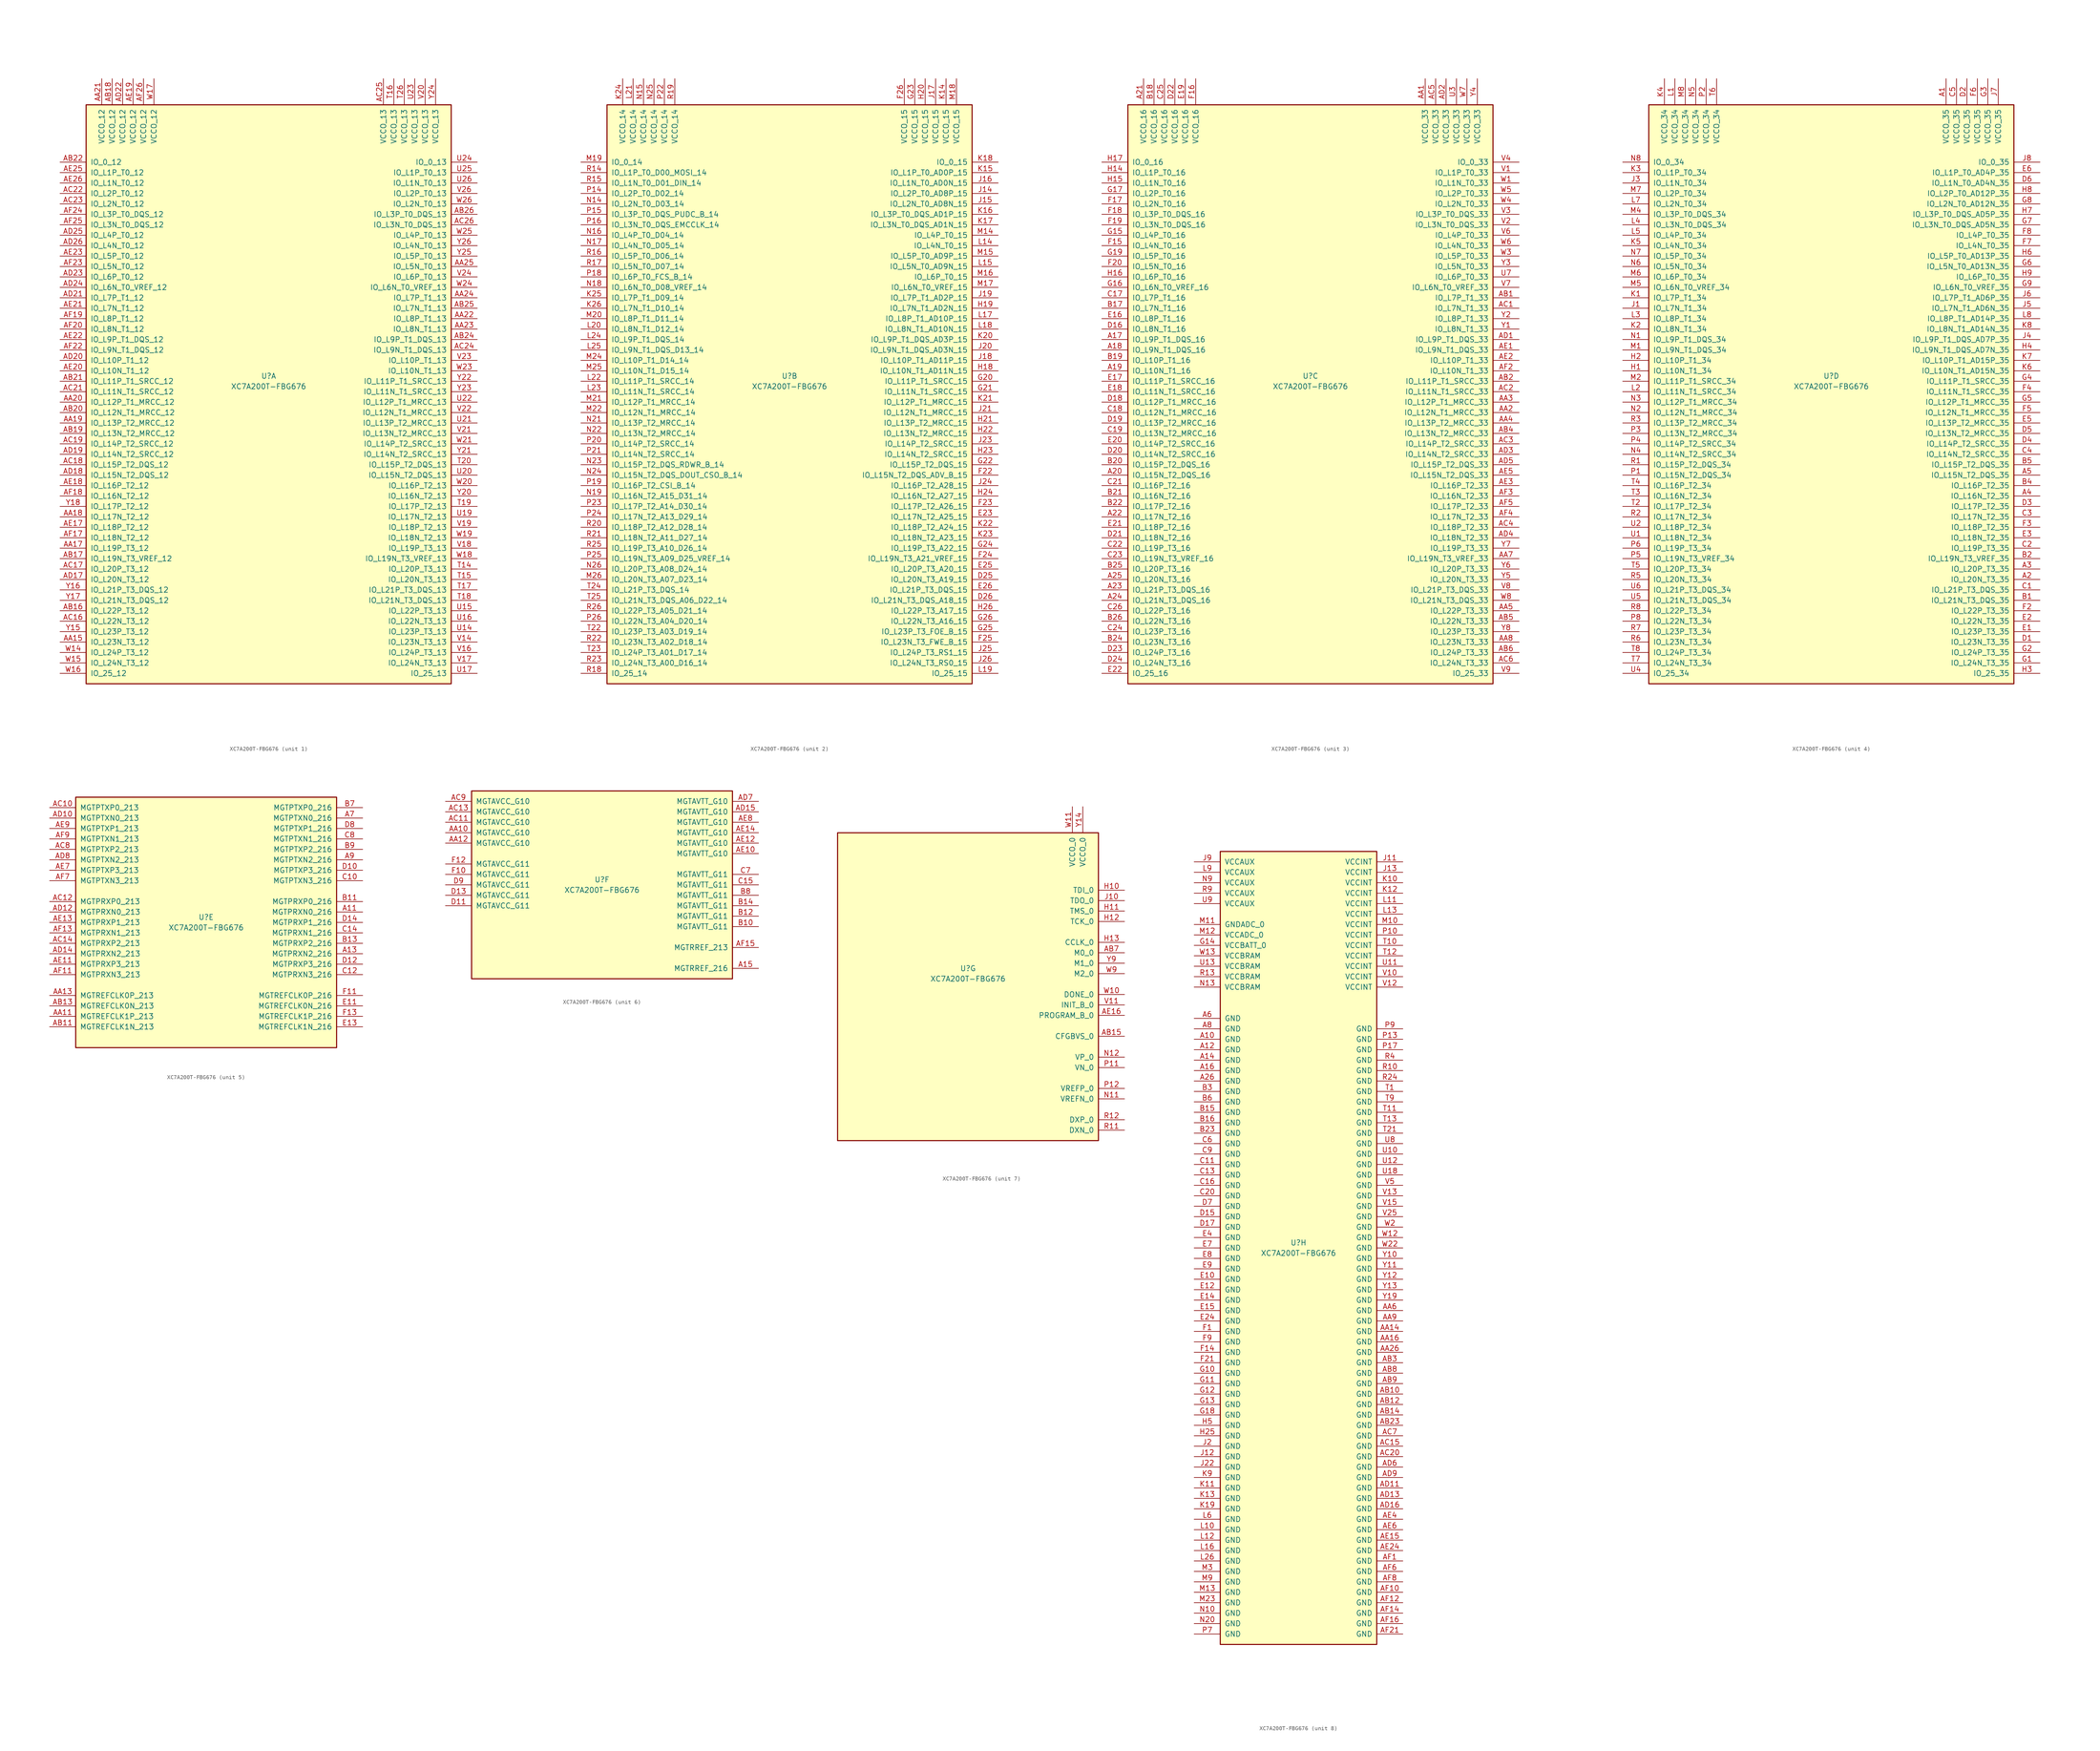
<source format=kicad_sym>
(kicad_symbol_lib
  (version 20231120)
  (generator "kicad_symbol_editor")
  (generator_version "8.0")
  (symbol "XC7A200T-FBG676"
    (pin_names
      (offset 1.016))
    (property "Reference" "U"
      (at 0 1.27 0)
      (effects (font (size 1.27 1.27))))
    (property "Value" "XC7A200T-FBG676"
      (at 0 -1.27 0)
      (effects (font (size 1.27 1.27))))
    (property "Datasheet" ""
      (at 0 0 0)
      (effects (font (size 1.27 1.27))))
    (property "ki_locked" ""
      (at 0 0 0)
      (effects (font (size 1.27 1.27))))
    (symbol "XC7A200T-FBG676_1_1"
      (rectangle (start -44.45 67.31) (end 44.45 -73.66) (stroke (width 0.254) (type solid)) (fill (type background)))
      (pin bidirectional line (at -50.8 -63.5 0) (length 6.35) (name "IO_L23N_T3_12" (effects (font (size 1.27 1.27)))) (number "AA15" (effects (font (size 1.27 1.27)))))
      (pin bidirectional line (at -50.8 -40.64 0) (length 6.35) (name "IO_L19P_T3_12" (effects (font (size 1.27 1.27)))) (number "AA17" (effects (font (size 1.27 1.27)))))
      (pin bidirectional line (at -50.8 -33.02 0) (length 6.35) (name "IO_L17N_T2_12" (effects (font (size 1.27 1.27)))) (number "AA18" (effects (font (size 1.27 1.27)))))
      (pin bidirectional line (at -50.8 -10.16 0) (length 6.35) (name "IO_L13P_T2_MRCC_12" (effects (font (size 1.27 1.27)))) (number "AA19" (effects (font (size 1.27 1.27)))))
      (pin bidirectional line (at -50.8 -5.08 0) (length 6.35) (name "IO_L12P_T1_MRCC_12" (effects (font (size 1.27 1.27)))) (number "AA20" (effects (font (size 1.27 1.27)))))
      (pin power_in line (at -40.64 73.66 270) (length 6.35) (name "VCCO_12" (effects (font (size 1.27 1.27)))) (number "AA21" (effects (font (size 1.27 1.27)))))
      (pin bidirectional line (at 50.8 15.24 180) (length 6.35) (name "IO_L8P_T1_13" (effects (font (size 1.27 1.27)))) (number "AA22" (effects (font (size 1.27 1.27)))))
      (pin bidirectional line (at 50.8 12.7 180) (length 6.35) (name "IO_L8N_T1_13" (effects (font (size 1.27 1.27)))) (number "AA23" (effects (font (size 1.27 1.27)))))
      (pin bidirectional line (at 50.8 20.32 180) (length 6.35) (name "IO_L7P_T1_13" (effects (font (size 1.27 1.27)))) (number "AA24" (effects (font (size 1.27 1.27)))))
      (pin bidirectional line (at 50.8 27.94 180) (length 6.35) (name "IO_L5N_T0_13" (effects (font (size 1.27 1.27)))) (number "AA25" (effects (font (size 1.27 1.27)))))
      (pin bidirectional line (at -50.8 -55.88 0) (length 6.35) (name "IO_L22P_T3_12" (effects (font (size 1.27 1.27)))) (number "AB16" (effects (font (size 1.27 1.27)))))
      (pin bidirectional line (at -50.8 -43.18 0) (length 6.35) (name "IO_L19N_T3_VREF_12" (effects (font (size 1.27 1.27)))) (number "AB17" (effects (font (size 1.27 1.27)))))
      (pin power_in line (at -38.1 73.66 270) (length 6.35) (name "VCCO_12" (effects (font (size 1.27 1.27)))) (number "AB18" (effects (font (size 1.27 1.27)))))
      (pin bidirectional line (at -50.8 -12.7 0) (length 6.35) (name "IO_L13N_T2_MRCC_12" (effects (font (size 1.27 1.27)))) (number "AB19" (effects (font (size 1.27 1.27)))))
      (pin bidirectional line (at -50.8 -7.62 0) (length 6.35) (name "IO_L12N_T1_MRCC_12" (effects (font (size 1.27 1.27)))) (number "AB20" (effects (font (size 1.27 1.27)))))
      (pin bidirectional line (at -50.8 0 0) (length 6.35) (name "IO_L11P_T1_SRCC_12" (effects (font (size 1.27 1.27)))) (number "AB21" (effects (font (size 1.27 1.27)))))
      (pin bidirectional line (at -50.8 53.34 0) (length 6.35) (name "IO_0_12" (effects (font (size 1.27 1.27)))) (number "AB22" (effects (font (size 1.27 1.27)))))
      (pin bidirectional line (at 50.8 10.16 180) (length 6.35) (name "IO_L9P_T1_DQS_13" (effects (font (size 1.27 1.27)))) (number "AB24" (effects (font (size 1.27 1.27)))))
      (pin bidirectional line (at 50.8 17.78 180) (length 6.35) (name "IO_L7N_T1_13" (effects (font (size 1.27 1.27)))) (number "AB25" (effects (font (size 1.27 1.27)))))
      (pin bidirectional line (at 50.8 40.64 180) (length 6.35) (name "IO_L3P_T0_DQS_13" (effects (font (size 1.27 1.27)))) (number "AB26" (effects (font (size 1.27 1.27)))))
      (pin bidirectional line (at -50.8 -58.42 0) (length 6.35) (name "IO_L22N_T3_12" (effects (font (size 1.27 1.27)))) (number "AC16" (effects (font (size 1.27 1.27)))))
      (pin bidirectional line (at -50.8 -45.72 0) (length 6.35) (name "IO_L20P_T3_12" (effects (font (size 1.27 1.27)))) (number "AC17" (effects (font (size 1.27 1.27)))))
      (pin bidirectional line (at -50.8 -20.32 0) (length 6.35) (name "IO_L15P_T2_DQS_12" (effects (font (size 1.27 1.27)))) (number "AC18" (effects (font (size 1.27 1.27)))))
      (pin bidirectional line (at -50.8 -15.24 0) (length 6.35) (name "IO_L14P_T2_SRCC_12" (effects (font (size 1.27 1.27)))) (number "AC19" (effects (font (size 1.27 1.27)))))
      (pin bidirectional line (at -50.8 -2.54 0) (length 6.35) (name "IO_L11N_T1_SRCC_12" (effects (font (size 1.27 1.27)))) (number "AC21" (effects (font (size 1.27 1.27)))))
      (pin bidirectional line (at -50.8 45.72 0) (length 6.35) (name "IO_L2P_T0_12" (effects (font (size 1.27 1.27)))) (number "AC22" (effects (font (size 1.27 1.27)))))
      (pin bidirectional line (at -50.8 43.18 0) (length 6.35) (name "IO_L2N_T0_12" (effects (font (size 1.27 1.27)))) (number "AC23" (effects (font (size 1.27 1.27)))))
      (pin bidirectional line (at 50.8 7.62 180) (length 6.35) (name "IO_L9N_T1_DQS_13" (effects (font (size 1.27 1.27)))) (number "AC24" (effects (font (size 1.27 1.27)))))
      (pin power_in line (at 27.94 73.66 270) (length 6.35) (name "VCCO_13" (effects (font (size 1.27 1.27)))) (number "AC25" (effects (font (size 1.27 1.27)))))
      (pin bidirectional line (at 50.8 38.1 180) (length 6.35) (name "IO_L3N_T0_DQS_13" (effects (font (size 1.27 1.27)))) (number "AC26" (effects (font (size 1.27 1.27)))))
      (pin bidirectional line (at -50.8 -48.26 0) (length 6.35) (name "IO_L20N_T3_12" (effects (font (size 1.27 1.27)))) (number "AD17" (effects (font (size 1.27 1.27)))))
      (pin bidirectional line (at -50.8 -22.86 0) (length 6.35) (name "IO_L15N_T2_DQS_12" (effects (font (size 1.27 1.27)))) (number "AD18" (effects (font (size 1.27 1.27)))))
      (pin bidirectional line (at -50.8 -17.78 0) (length 6.35) (name "IO_L14N_T2_SRCC_12" (effects (font (size 1.27 1.27)))) (number "AD19" (effects (font (size 1.27 1.27)))))
      (pin bidirectional line (at -50.8 5.08 0) (length 6.35) (name "IO_L10P_T1_12" (effects (font (size 1.27 1.27)))) (number "AD20" (effects (font (size 1.27 1.27)))))
      (pin bidirectional line (at -50.8 20.32 0) (length 6.35) (name "IO_L7P_T1_12" (effects (font (size 1.27 1.27)))) (number "AD21" (effects (font (size 1.27 1.27)))))
      (pin power_in line (at -35.56 73.66 270) (length 6.35) (name "VCCO_12" (effects (font (size 1.27 1.27)))) (number "AD22" (effects (font (size 1.27 1.27)))))
      (pin bidirectional line (at -50.8 25.4 0) (length 6.35) (name "IO_L6P_T0_12" (effects (font (size 1.27 1.27)))) (number "AD23" (effects (font (size 1.27 1.27)))))
      (pin bidirectional line (at -50.8 22.86 0) (length 6.35) (name "IO_L6N_T0_VREF_12" (effects (font (size 1.27 1.27)))) (number "AD24" (effects (font (size 1.27 1.27)))))
      (pin bidirectional line (at -50.8 35.56 0) (length 6.35) (name "IO_L4P_T0_12" (effects (font (size 1.27 1.27)))) (number "AD25" (effects (font (size 1.27 1.27)))))
      (pin bidirectional line (at -50.8 33.02 0) (length 6.35) (name "IO_L4N_T0_12" (effects (font (size 1.27 1.27)))) (number "AD26" (effects (font (size 1.27 1.27)))))
      (pin bidirectional line (at -50.8 -35.56 0) (length 6.35) (name "IO_L18P_T2_12" (effects (font (size 1.27 1.27)))) (number "AE17" (effects (font (size 1.27 1.27)))))
      (pin bidirectional line (at -50.8 -25.4 0) (length 6.35) (name "IO_L16P_T2_12" (effects (font (size 1.27 1.27)))) (number "AE18" (effects (font (size 1.27 1.27)))))
      (pin power_in line (at -33.02 73.66 270) (length 6.35) (name "VCCO_12" (effects (font (size 1.27 1.27)))) (number "AE19" (effects (font (size 1.27 1.27)))))
      (pin bidirectional line (at -50.8 2.54 0) (length 6.35) (name "IO_L10N_T1_12" (effects (font (size 1.27 1.27)))) (number "AE20" (effects (font (size 1.27 1.27)))))
      (pin bidirectional line (at -50.8 17.78 0) (length 6.35) (name "IO_L7N_T1_12" (effects (font (size 1.27 1.27)))) (number "AE21" (effects (font (size 1.27 1.27)))))
      (pin bidirectional line (at -50.8 10.16 0) (length 6.35) (name "IO_L9P_T1_DQS_12" (effects (font (size 1.27 1.27)))) (number "AE22" (effects (font (size 1.27 1.27)))))
      (pin bidirectional line (at -50.8 30.48 0) (length 6.35) (name "IO_L5P_T0_12" (effects (font (size 1.27 1.27)))) (number "AE23" (effects (font (size 1.27 1.27)))))
      (pin bidirectional line (at -50.8 50.8 0) (length 6.35) (name "IO_L1P_T0_12" (effects (font (size 1.27 1.27)))) (number "AE25" (effects (font (size 1.27 1.27)))))
      (pin bidirectional line (at -50.8 48.26 0) (length 6.35) (name "IO_L1N_T0_12" (effects (font (size 1.27 1.27)))) (number "AE26" (effects (font (size 1.27 1.27)))))
      (pin bidirectional line (at -50.8 -38.1 0) (length 6.35) (name "IO_L18N_T2_12" (effects (font (size 1.27 1.27)))) (number "AF17" (effects (font (size 1.27 1.27)))))
      (pin bidirectional line (at -50.8 -27.94 0) (length 6.35) (name "IO_L16N_T2_12" (effects (font (size 1.27 1.27)))) (number "AF18" (effects (font (size 1.27 1.27)))))
      (pin bidirectional line (at -50.8 15.24 0) (length 6.35) (name "IO_L8P_T1_12" (effects (font (size 1.27 1.27)))) (number "AF19" (effects (font (size 1.27 1.27)))))
      (pin bidirectional line (at -50.8 12.7 0) (length 6.35) (name "IO_L8N_T1_12" (effects (font (size 1.27 1.27)))) (number "AF20" (effects (font (size 1.27 1.27)))))
      (pin bidirectional line (at -50.8 7.62 0) (length 6.35) (name "IO_L9N_T1_DQS_12" (effects (font (size 1.27 1.27)))) (number "AF22" (effects (font (size 1.27 1.27)))))
      (pin bidirectional line (at -50.8 27.94 0) (length 6.35) (name "IO_L5N_T0_12" (effects (font (size 1.27 1.27)))) (number "AF23" (effects (font (size 1.27 1.27)))))
      (pin bidirectional line (at -50.8 40.64 0) (length 6.35) (name "IO_L3P_T0_DQS_12" (effects (font (size 1.27 1.27)))) (number "AF24" (effects (font (size 1.27 1.27)))))
      (pin bidirectional line (at -50.8 38.1 0) (length 6.35) (name "IO_L3N_T0_DQS_12" (effects (font (size 1.27 1.27)))) (number "AF25" (effects (font (size 1.27 1.27)))))
      (pin power_in line (at -30.48 73.66 270) (length 6.35) (name "VCCO_12" (effects (font (size 1.27 1.27)))) (number "AF26" (effects (font (size 1.27 1.27)))))
      (pin bidirectional line (at 50.8 -45.72 180) (length 6.35) (name "IO_L20P_T3_13" (effects (font (size 1.27 1.27)))) (number "T14" (effects (font (size 1.27 1.27)))))
      (pin bidirectional line (at 50.8 -48.26 180) (length 6.35) (name "IO_L20N_T3_13" (effects (font (size 1.27 1.27)))) (number "T15" (effects (font (size 1.27 1.27)))))
      (pin power_in line (at 30.48 73.66 270) (length 6.35) (name "VCCO_13" (effects (font (size 1.27 1.27)))) (number "T16" (effects (font (size 1.27 1.27)))))
      (pin bidirectional line (at 50.8 -50.8 180) (length 6.35) (name "IO_L21P_T3_DQS_13" (effects (font (size 1.27 1.27)))) (number "T17" (effects (font (size 1.27 1.27)))))
      (pin bidirectional line (at 50.8 -53.34 180) (length 6.35) (name "IO_L21N_T3_DQS_13" (effects (font (size 1.27 1.27)))) (number "T18" (effects (font (size 1.27 1.27)))))
      (pin bidirectional line (at 50.8 -30.48 180) (length 6.35) (name "IO_L17P_T2_13" (effects (font (size 1.27 1.27)))) (number "T19" (effects (font (size 1.27 1.27)))))
      (pin bidirectional line (at 50.8 -20.32 180) (length 6.35) (name "IO_L15P_T2_DQS_13" (effects (font (size 1.27 1.27)))) (number "T20" (effects (font (size 1.27 1.27)))))
      (pin power_in line (at 33.02 73.66 270) (length 6.35) (name "VCCO_13" (effects (font (size 1.27 1.27)))) (number "T26" (effects (font (size 1.27 1.27)))))
      (pin bidirectional line (at 50.8 -60.96 180) (length 6.35) (name "IO_L23P_T3_13" (effects (font (size 1.27 1.27)))) (number "U14" (effects (font (size 1.27 1.27)))))
      (pin bidirectional line (at 50.8 -55.88 180) (length 6.35) (name "IO_L22P_T3_13" (effects (font (size 1.27 1.27)))) (number "U15" (effects (font (size 1.27 1.27)))))
      (pin bidirectional line (at 50.8 -58.42 180) (length 6.35) (name "IO_L22N_T3_13" (effects (font (size 1.27 1.27)))) (number "U16" (effects (font (size 1.27 1.27)))))
      (pin bidirectional line (at 50.8 -71.12 180) (length 6.35) (name "IO_25_13" (effects (font (size 1.27 1.27)))) (number "U17" (effects (font (size 1.27 1.27)))))
      (pin bidirectional line (at 50.8 -33.02 180) (length 6.35) (name "IO_L17N_T2_13" (effects (font (size 1.27 1.27)))) (number "U19" (effects (font (size 1.27 1.27)))))
      (pin bidirectional line (at 50.8 -22.86 180) (length 6.35) (name "IO_L15N_T2_DQS_13" (effects (font (size 1.27 1.27)))) (number "U20" (effects (font (size 1.27 1.27)))))
      (pin bidirectional line (at 50.8 -10.16 180) (length 6.35) (name "IO_L13P_T2_MRCC_13" (effects (font (size 1.27 1.27)))) (number "U21" (effects (font (size 1.27 1.27)))))
      (pin bidirectional line (at 50.8 -5.08 180) (length 6.35) (name "IO_L12P_T1_MRCC_13" (effects (font (size 1.27 1.27)))) (number "U22" (effects (font (size 1.27 1.27)))))
      (pin power_in line (at 35.56 73.66 270) (length 6.35) (name "VCCO_13" (effects (font (size 1.27 1.27)))) (number "U23" (effects (font (size 1.27 1.27)))))
      (pin bidirectional line (at 50.8 53.34 180) (length 6.35) (name "IO_0_13" (effects (font (size 1.27 1.27)))) (number "U24" (effects (font (size 1.27 1.27)))))
      (pin bidirectional line (at 50.8 50.8 180) (length 6.35) (name "IO_L1P_T0_13" (effects (font (size 1.27 1.27)))) (number "U25" (effects (font (size 1.27 1.27)))))
      (pin bidirectional line (at 50.8 48.26 180) (length 6.35) (name "IO_L1N_T0_13" (effects (font (size 1.27 1.27)))) (number "U26" (effects (font (size 1.27 1.27)))))
      (pin bidirectional line (at 50.8 -63.5 180) (length 6.35) (name "IO_L23N_T3_13" (effects (font (size 1.27 1.27)))) (number "V14" (effects (font (size 1.27 1.27)))))
      (pin bidirectional line (at 50.8 -66.04 180) (length 6.35) (name "IO_L24P_T3_13" (effects (font (size 1.27 1.27)))) (number "V16" (effects (font (size 1.27 1.27)))))
      (pin bidirectional line (at 50.8 -68.58 180) (length 6.35) (name "IO_L24N_T3_13" (effects (font (size 1.27 1.27)))) (number "V17" (effects (font (size 1.27 1.27)))))
      (pin bidirectional line (at 50.8 -40.64 180) (length 6.35) (name "IO_L19P_T3_13" (effects (font (size 1.27 1.27)))) (number "V18" (effects (font (size 1.27 1.27)))))
      (pin bidirectional line (at 50.8 -35.56 180) (length 6.35) (name "IO_L18P_T2_13" (effects (font (size 1.27 1.27)))) (number "V19" (effects (font (size 1.27 1.27)))))
      (pin power_in line (at 38.1 73.66 270) (length 6.35) (name "VCCO_13" (effects (font (size 1.27 1.27)))) (number "V20" (effects (font (size 1.27 1.27)))))
      (pin bidirectional line (at 50.8 -12.7 180) (length 6.35) (name "IO_L13N_T2_MRCC_13" (effects (font (size 1.27 1.27)))) (number "V21" (effects (font (size 1.27 1.27)))))
      (pin bidirectional line (at 50.8 -7.62 180) (length 6.35) (name "IO_L12N_T1_MRCC_13" (effects (font (size 1.27 1.27)))) (number "V22" (effects (font (size 1.27 1.27)))))
      (pin bidirectional line (at 50.8 5.08 180) (length 6.35) (name "IO_L10P_T1_13" (effects (font (size 1.27 1.27)))) (number "V23" (effects (font (size 1.27 1.27)))))
      (pin bidirectional line (at 50.8 25.4 180) (length 6.35) (name "IO_L6P_T0_13" (effects (font (size 1.27 1.27)))) (number "V24" (effects (font (size 1.27 1.27)))))
      (pin bidirectional line (at 50.8 45.72 180) (length 6.35) (name "IO_L2P_T0_13" (effects (font (size 1.27 1.27)))) (number "V26" (effects (font (size 1.27 1.27)))))
      (pin bidirectional line (at -50.8 -66.04 0) (length 6.35) (name "IO_L24P_T3_12" (effects (font (size 1.27 1.27)))) (number "W14" (effects (font (size 1.27 1.27)))))
      (pin bidirectional line (at -50.8 -68.58 0) (length 6.35) (name "IO_L24N_T3_12" (effects (font (size 1.27 1.27)))) (number "W15" (effects (font (size 1.27 1.27)))))
      (pin bidirectional line (at -50.8 -71.12 0) (length 6.35) (name "IO_25_12" (effects (font (size 1.27 1.27)))) (number "W16" (effects (font (size 1.27 1.27)))))
      (pin power_in line (at -27.94 73.66 270) (length 6.35) (name "VCCO_12" (effects (font (size 1.27 1.27)))) (number "W17" (effects (font (size 1.27 1.27)))))
      (pin bidirectional line (at 50.8 -43.18 180) (length 6.35) (name "IO_L19N_T3_VREF_13" (effects (font (size 1.27 1.27)))) (number "W18" (effects (font (size 1.27 1.27)))))
      (pin bidirectional line (at 50.8 -38.1 180) (length 6.35) (name "IO_L18N_T2_13" (effects (font (size 1.27 1.27)))) (number "W19" (effects (font (size 1.27 1.27)))))
      (pin bidirectional line (at 50.8 -25.4 180) (length 6.35) (name "IO_L16P_T2_13" (effects (font (size 1.27 1.27)))) (number "W20" (effects (font (size 1.27 1.27)))))
      (pin bidirectional line (at 50.8 -15.24 180) (length 6.35) (name "IO_L14P_T2_SRCC_13" (effects (font (size 1.27 1.27)))) (number "W21" (effects (font (size 1.27 1.27)))))
      (pin bidirectional line (at 50.8 2.54 180) (length 6.35) (name "IO_L10N_T1_13" (effects (font (size 1.27 1.27)))) (number "W23" (effects (font (size 1.27 1.27)))))
      (pin bidirectional line (at 50.8 22.86 180) (length 6.35) (name "IO_L6N_T0_VREF_13" (effects (font (size 1.27 1.27)))) (number "W24" (effects (font (size 1.27 1.27)))))
      (pin bidirectional line (at 50.8 35.56 180) (length 6.35) (name "IO_L4P_T0_13" (effects (font (size 1.27 1.27)))) (number "W25" (effects (font (size 1.27 1.27)))))
      (pin bidirectional line (at 50.8 43.18 180) (length 6.35) (name "IO_L2N_T0_13" (effects (font (size 1.27 1.27)))) (number "W26" (effects (font (size 1.27 1.27)))))
      (pin bidirectional line (at -50.8 -60.96 0) (length 6.35) (name "IO_L23P_T3_12" (effects (font (size 1.27 1.27)))) (number "Y15" (effects (font (size 1.27 1.27)))))
      (pin bidirectional line (at -50.8 -50.8 0) (length 6.35) (name "IO_L21P_T3_DQS_12" (effects (font (size 1.27 1.27)))) (number "Y16" (effects (font (size 1.27 1.27)))))
      (pin bidirectional line (at -50.8 -53.34 0) (length 6.35) (name "IO_L21N_T3_DQS_12" (effects (font (size 1.27 1.27)))) (number "Y17" (effects (font (size 1.27 1.27)))))
      (pin bidirectional line (at -50.8 -30.48 0) (length 6.35) (name "IO_L17P_T2_12" (effects (font (size 1.27 1.27)))) (number "Y18" (effects (font (size 1.27 1.27)))))
      (pin bidirectional line (at 50.8 -27.94 180) (length 6.35) (name "IO_L16N_T2_13" (effects (font (size 1.27 1.27)))) (number "Y20" (effects (font (size 1.27 1.27)))))
      (pin bidirectional line (at 50.8 -17.78 180) (length 6.35) (name "IO_L14N_T2_SRCC_13" (effects (font (size 1.27 1.27)))) (number "Y21" (effects (font (size 1.27 1.27)))))
      (pin bidirectional line (at 50.8 0 180) (length 6.35) (name "IO_L11P_T1_SRCC_13" (effects (font (size 1.27 1.27)))) (number "Y22" (effects (font (size 1.27 1.27)))))
      (pin bidirectional line (at 50.8 -2.54 180) (length 6.35) (name "IO_L11N_T1_SRCC_13" (effects (font (size 1.27 1.27)))) (number "Y23" (effects (font (size 1.27 1.27)))))
      (pin power_in line (at 40.64 73.66 270) (length 6.35) (name "VCCO_13" (effects (font (size 1.27 1.27)))) (number "Y24" (effects (font (size 1.27 1.27)))))
      (pin bidirectional line (at 50.8 30.48 180) (length 6.35) (name "IO_L5P_T0_13" (effects (font (size 1.27 1.27)))) (number "Y25" (effects (font (size 1.27 1.27)))))
      (pin bidirectional line (at 50.8 33.02 180) (length 6.35) (name "IO_L4N_T0_13" (effects (font (size 1.27 1.27)))) (number "Y26" (effects (font (size 1.27 1.27))))))
    (symbol "XC7A200T-FBG676_2_1"
      (rectangle (start -44.45 67.31) (end 44.45 -73.66) (stroke (width 0.254) (type solid)) (fill (type background)))
      (pin bidirectional line (at 50.8 -48.26 180) (length 6.35) (name "IO_L20N_T3_A19_15" (effects (font (size 1.27 1.27)))) (number "D25" (effects (font (size 1.27 1.27)))))
      (pin bidirectional line (at 50.8 -53.34 180) (length 6.35) (name "IO_L21N_T3_DQS_A18_15" (effects (font (size 1.27 1.27)))) (number "D26" (effects (font (size 1.27 1.27)))))
      (pin bidirectional line (at 50.8 -33.02 180) (length 6.35) (name "IO_L17N_T2_A25_15" (effects (font (size 1.27 1.27)))) (number "E23" (effects (font (size 1.27 1.27)))))
      (pin bidirectional line (at 50.8 -45.72 180) (length 6.35) (name "IO_L20P_T3_A20_15" (effects (font (size 1.27 1.27)))) (number "E25" (effects (font (size 1.27 1.27)))))
      (pin bidirectional line (at 50.8 -50.8 180) (length 6.35) (name "IO_L21P_T3_DQS_15" (effects (font (size 1.27 1.27)))) (number "E26" (effects (font (size 1.27 1.27)))))
      (pin bidirectional line (at 50.8 -22.86 180) (length 6.35) (name "IO_L15N_T2_DQS_ADV_B_15" (effects (font (size 1.27 1.27)))) (number "F22" (effects (font (size 1.27 1.27)))))
      (pin bidirectional line (at 50.8 -30.48 180) (length 6.35) (name "IO_L17P_T2_A26_15" (effects (font (size 1.27 1.27)))) (number "F23" (effects (font (size 1.27 1.27)))))
      (pin bidirectional line (at 50.8 -43.18 180) (length 6.35) (name "IO_L19N_T3_A21_VREF_15" (effects (font (size 1.27 1.27)))) (number "F24" (effects (font (size 1.27 1.27)))))
      (pin bidirectional line (at 50.8 -63.5 180) (length 6.35) (name "IO_L23N_T3_FWE_B_15" (effects (font (size 1.27 1.27)))) (number "F25" (effects (font (size 1.27 1.27)))))
      (pin power_in line (at 27.94 73.66 270) (length 6.35) (name "VCCO_15" (effects (font (size 1.27 1.27)))) (number "F26" (effects (font (size 1.27 1.27)))))
      (pin bidirectional line (at 50.8 0 180) (length 6.35) (name "IO_L11P_T1_SRCC_15" (effects (font (size 1.27 1.27)))) (number "G20" (effects (font (size 1.27 1.27)))))
      (pin bidirectional line (at 50.8 -2.54 180) (length 6.35) (name "IO_L11N_T1_SRCC_15" (effects (font (size 1.27 1.27)))) (number "G21" (effects (font (size 1.27 1.27)))))
      (pin bidirectional line (at 50.8 -20.32 180) (length 6.35) (name "IO_L15P_T2_DQS_15" (effects (font (size 1.27 1.27)))) (number "G22" (effects (font (size 1.27 1.27)))))
      (pin power_in line (at 30.48 73.66 270) (length 6.35) (name "VCCO_15" (effects (font (size 1.27 1.27)))) (number "G23" (effects (font (size 1.27 1.27)))))
      (pin bidirectional line (at 50.8 -40.64 180) (length 6.35) (name "IO_L19P_T3_A22_15" (effects (font (size 1.27 1.27)))) (number "G24" (effects (font (size 1.27 1.27)))))
      (pin bidirectional line (at 50.8 -60.96 180) (length 6.35) (name "IO_L23P_T3_FOE_B_15" (effects (font (size 1.27 1.27)))) (number "G25" (effects (font (size 1.27 1.27)))))
      (pin bidirectional line (at 50.8 -58.42 180) (length 6.35) (name "IO_L22N_T3_A16_15" (effects (font (size 1.27 1.27)))) (number "G26" (effects (font (size 1.27 1.27)))))
      (pin bidirectional line (at 50.8 2.54 180) (length 6.35) (name "IO_L10N_T1_AD11N_15" (effects (font (size 1.27 1.27)))) (number "H18" (effects (font (size 1.27 1.27)))))
      (pin bidirectional line (at 50.8 17.78 180) (length 6.35) (name "IO_L7N_T1_AD2N_15" (effects (font (size 1.27 1.27)))) (number "H19" (effects (font (size 1.27 1.27)))))
      (pin power_in line (at 33.02 73.66 270) (length 6.35) (name "VCCO_15" (effects (font (size 1.27 1.27)))) (number "H20" (effects (font (size 1.27 1.27)))))
      (pin bidirectional line (at 50.8 -10.16 180) (length 6.35) (name "IO_L13P_T2_MRCC_15" (effects (font (size 1.27 1.27)))) (number "H21" (effects (font (size 1.27 1.27)))))
      (pin bidirectional line (at 50.8 -12.7 180) (length 6.35) (name "IO_L13N_T2_MRCC_15" (effects (font (size 1.27 1.27)))) (number "H22" (effects (font (size 1.27 1.27)))))
      (pin bidirectional line (at 50.8 -17.78 180) (length 6.35) (name "IO_L14N_T2_SRCC_15" (effects (font (size 1.27 1.27)))) (number "H23" (effects (font (size 1.27 1.27)))))
      (pin bidirectional line (at 50.8 -27.94 180) (length 6.35) (name "IO_L16N_T2_A27_15" (effects (font (size 1.27 1.27)))) (number "H24" (effects (font (size 1.27 1.27)))))
      (pin bidirectional line (at 50.8 -55.88 180) (length 6.35) (name "IO_L22P_T3_A17_15" (effects (font (size 1.27 1.27)))) (number "H26" (effects (font (size 1.27 1.27)))))
      (pin bidirectional line (at 50.8 45.72 180) (length 6.35) (name "IO_L2P_T0_AD8P_15" (effects (font (size 1.27 1.27)))) (number "J14" (effects (font (size 1.27 1.27)))))
      (pin bidirectional line (at 50.8 43.18 180) (length 6.35) (name "IO_L2N_T0_AD8N_15" (effects (font (size 1.27 1.27)))) (number "J15" (effects (font (size 1.27 1.27)))))
      (pin bidirectional line (at 50.8 48.26 180) (length 6.35) (name "IO_L1N_T0_AD0N_15" (effects (font (size 1.27 1.27)))) (number "J16" (effects (font (size 1.27 1.27)))))
      (pin power_in line (at 35.56 73.66 270) (length 6.35) (name "VCCO_15" (effects (font (size 1.27 1.27)))) (number "J17" (effects (font (size 1.27 1.27)))))
      (pin bidirectional line (at 50.8 5.08 180) (length 6.35) (name "IO_L10P_T1_AD11P_15" (effects (font (size 1.27 1.27)))) (number "J18" (effects (font (size 1.27 1.27)))))
      (pin bidirectional line (at 50.8 20.32 180) (length 6.35) (name "IO_L7P_T1_AD2P_15" (effects (font (size 1.27 1.27)))) (number "J19" (effects (font (size 1.27 1.27)))))
      (pin bidirectional line (at 50.8 7.62 180) (length 6.35) (name "IO_L9N_T1_DQS_AD3N_15" (effects (font (size 1.27 1.27)))) (number "J20" (effects (font (size 1.27 1.27)))))
      (pin bidirectional line (at 50.8 -7.62 180) (length 6.35) (name "IO_L12N_T1_MRCC_15" (effects (font (size 1.27 1.27)))) (number "J21" (effects (font (size 1.27 1.27)))))
      (pin bidirectional line (at 50.8 -15.24 180) (length 6.35) (name "IO_L14P_T2_SRCC_15" (effects (font (size 1.27 1.27)))) (number "J23" (effects (font (size 1.27 1.27)))))
      (pin bidirectional line (at 50.8 -25.4 180) (length 6.35) (name "IO_L16P_T2_A28_15" (effects (font (size 1.27 1.27)))) (number "J24" (effects (font (size 1.27 1.27)))))
      (pin bidirectional line (at 50.8 -66.04 180) (length 6.35) (name "IO_L24P_T3_RS1_15" (effects (font (size 1.27 1.27)))) (number "J25" (effects (font (size 1.27 1.27)))))
      (pin bidirectional line (at 50.8 -68.58 180) (length 6.35) (name "IO_L24N_T3_RS0_15" (effects (font (size 1.27 1.27)))) (number "J26" (effects (font (size 1.27 1.27)))))
      (pin power_in line (at 38.1 73.66 270) (length 6.35) (name "VCCO_15" (effects (font (size 1.27 1.27)))) (number "K14" (effects (font (size 1.27 1.27)))))
      (pin bidirectional line (at 50.8 50.8 180) (length 6.35) (name "IO_L1P_T0_AD0P_15" (effects (font (size 1.27 1.27)))) (number "K15" (effects (font (size 1.27 1.27)))))
      (pin bidirectional line (at 50.8 40.64 180) (length 6.35) (name "IO_L3P_T0_DQS_AD1P_15" (effects (font (size 1.27 1.27)))) (number "K16" (effects (font (size 1.27 1.27)))))
      (pin bidirectional line (at 50.8 38.1 180) (length 6.35) (name "IO_L3N_T0_DQS_AD1N_15" (effects (font (size 1.27 1.27)))) (number "K17" (effects (font (size 1.27 1.27)))))
      (pin bidirectional line (at 50.8 53.34 180) (length 6.35) (name "IO_0_15" (effects (font (size 1.27 1.27)))) (number "K18" (effects (font (size 1.27 1.27)))))
      (pin bidirectional line (at 50.8 10.16 180) (length 6.35) (name "IO_L9P_T1_DQS_AD3P_15" (effects (font (size 1.27 1.27)))) (number "K20" (effects (font (size 1.27 1.27)))))
      (pin bidirectional line (at 50.8 -5.08 180) (length 6.35) (name "IO_L12P_T1_MRCC_15" (effects (font (size 1.27 1.27)))) (number "K21" (effects (font (size 1.27 1.27)))))
      (pin bidirectional line (at 50.8 -35.56 180) (length 6.35) (name "IO_L18P_T2_A24_15" (effects (font (size 1.27 1.27)))) (number "K22" (effects (font (size 1.27 1.27)))))
      (pin bidirectional line (at 50.8 -38.1 180) (length 6.35) (name "IO_L18N_T2_A23_15" (effects (font (size 1.27 1.27)))) (number "K23" (effects (font (size 1.27 1.27)))))
      (pin power_in line (at -40.64 73.66 270) (length 6.35) (name "VCCO_14" (effects (font (size 1.27 1.27)))) (number "K24" (effects (font (size 1.27 1.27)))))
      (pin bidirectional line (at -50.8 20.32 0) (length 6.35) (name "IO_L7P_T1_D09_14" (effects (font (size 1.27 1.27)))) (number "K25" (effects (font (size 1.27 1.27)))))
      (pin bidirectional line (at -50.8 17.78 0) (length 6.35) (name "IO_L7N_T1_D10_14" (effects (font (size 1.27 1.27)))) (number "K26" (effects (font (size 1.27 1.27)))))
      (pin bidirectional line (at 50.8 33.02 180) (length 6.35) (name "IO_L4N_T0_15" (effects (font (size 1.27 1.27)))) (number "L14" (effects (font (size 1.27 1.27)))))
      (pin bidirectional line (at 50.8 27.94 180) (length 6.35) (name "IO_L5N_T0_AD9N_15" (effects (font (size 1.27 1.27)))) (number "L15" (effects (font (size 1.27 1.27)))))
      (pin bidirectional line (at 50.8 15.24 180) (length 6.35) (name "IO_L8P_T1_AD10P_15" (effects (font (size 1.27 1.27)))) (number "L17" (effects (font (size 1.27 1.27)))))
      (pin bidirectional line (at 50.8 12.7 180) (length 6.35) (name "IO_L8N_T1_AD10N_15" (effects (font (size 1.27 1.27)))) (number "L18" (effects (font (size 1.27 1.27)))))
      (pin bidirectional line (at 50.8 -71.12 180) (length 6.35) (name "IO_25_15" (effects (font (size 1.27 1.27)))) (number "L19" (effects (font (size 1.27 1.27)))))
      (pin bidirectional line (at -50.8 12.7 0) (length 6.35) (name "IO_L8N_T1_D12_14" (effects (font (size 1.27 1.27)))) (number "L20" (effects (font (size 1.27 1.27)))))
      (pin power_in line (at -38.1 73.66 270) (length 6.35) (name "VCCO_14" (effects (font (size 1.27 1.27)))) (number "L21" (effects (font (size 1.27 1.27)))))
      (pin bidirectional line (at -50.8 0 0) (length 6.35) (name "IO_L11P_T1_SRCC_14" (effects (font (size 1.27 1.27)))) (number "L22" (effects (font (size 1.27 1.27)))))
      (pin bidirectional line (at -50.8 -2.54 0) (length 6.35) (name "IO_L11N_T1_SRCC_14" (effects (font (size 1.27 1.27)))) (number "L23" (effects (font (size 1.27 1.27)))))
      (pin bidirectional line (at -50.8 10.16 0) (length 6.35) (name "IO_L9P_T1_DQS_14" (effects (font (size 1.27 1.27)))) (number "L24" (effects (font (size 1.27 1.27)))))
      (pin bidirectional line (at -50.8 7.62 0) (length 6.35) (name "IO_L9N_T1_DQS_D13_14" (effects (font (size 1.27 1.27)))) (number "L25" (effects (font (size 1.27 1.27)))))
      (pin bidirectional line (at 50.8 35.56 180) (length 6.35) (name "IO_L4P_T0_15" (effects (font (size 1.27 1.27)))) (number "M14" (effects (font (size 1.27 1.27)))))
      (pin bidirectional line (at 50.8 30.48 180) (length 6.35) (name "IO_L5P_T0_AD9P_15" (effects (font (size 1.27 1.27)))) (number "M15" (effects (font (size 1.27 1.27)))))
      (pin bidirectional line (at 50.8 25.4 180) (length 6.35) (name "IO_L6P_T0_15" (effects (font (size 1.27 1.27)))) (number "M16" (effects (font (size 1.27 1.27)))))
      (pin bidirectional line (at 50.8 22.86 180) (length 6.35) (name "IO_L6N_T0_VREF_15" (effects (font (size 1.27 1.27)))) (number "M17" (effects (font (size 1.27 1.27)))))
      (pin power_in line (at 40.64 73.66 270) (length 6.35) (name "VCCO_15" (effects (font (size 1.27 1.27)))) (number "M18" (effects (font (size 1.27 1.27)))))
      (pin bidirectional line (at -50.8 53.34 0) (length 6.35) (name "IO_0_14" (effects (font (size 1.27 1.27)))) (number "M19" (effects (font (size 1.27 1.27)))))
      (pin bidirectional line (at -50.8 15.24 0) (length 6.35) (name "IO_L8P_T1_D11_14" (effects (font (size 1.27 1.27)))) (number "M20" (effects (font (size 1.27 1.27)))))
      (pin bidirectional line (at -50.8 -5.08 0) (length 6.35) (name "IO_L12P_T1_MRCC_14" (effects (font (size 1.27 1.27)))) (number "M21" (effects (font (size 1.27 1.27)))))
      (pin bidirectional line (at -50.8 -7.62 0) (length 6.35) (name "IO_L12N_T1_MRCC_14" (effects (font (size 1.27 1.27)))) (number "M22" (effects (font (size 1.27 1.27)))))
      (pin bidirectional line (at -50.8 5.08 0) (length 6.35) (name "IO_L10P_T1_D14_14" (effects (font (size 1.27 1.27)))) (number "M24" (effects (font (size 1.27 1.27)))))
      (pin bidirectional line (at -50.8 2.54 0) (length 6.35) (name "IO_L10N_T1_D15_14" (effects (font (size 1.27 1.27)))) (number "M25" (effects (font (size 1.27 1.27)))))
      (pin bidirectional line (at -50.8 -48.26 0) (length 6.35) (name "IO_L20N_T3_A07_D23_14" (effects (font (size 1.27 1.27)))) (number "M26" (effects (font (size 1.27 1.27)))))
      (pin bidirectional line (at -50.8 43.18 0) (length 6.35) (name "IO_L2N_T0_D03_14" (effects (font (size 1.27 1.27)))) (number "N14" (effects (font (size 1.27 1.27)))))
      (pin power_in line (at -35.56 73.66 270) (length 6.35) (name "VCCO_14" (effects (font (size 1.27 1.27)))) (number "N15" (effects (font (size 1.27 1.27)))))
      (pin bidirectional line (at -50.8 35.56 0) (length 6.35) (name "IO_L4P_T0_D04_14" (effects (font (size 1.27 1.27)))) (number "N16" (effects (font (size 1.27 1.27)))))
      (pin bidirectional line (at -50.8 33.02 0) (length 6.35) (name "IO_L4N_T0_D05_14" (effects (font (size 1.27 1.27)))) (number "N17" (effects (font (size 1.27 1.27)))))
      (pin bidirectional line (at -50.8 22.86 0) (length 6.35) (name "IO_L6N_T0_D08_VREF_14" (effects (font (size 1.27 1.27)))) (number "N18" (effects (font (size 1.27 1.27)))))
      (pin bidirectional line (at -50.8 -27.94 0) (length 6.35) (name "IO_L16N_T2_A15_D31_14" (effects (font (size 1.27 1.27)))) (number "N19" (effects (font (size 1.27 1.27)))))
      (pin bidirectional line (at -50.8 -10.16 0) (length 6.35) (name "IO_L13P_T2_MRCC_14" (effects (font (size 1.27 1.27)))) (number "N21" (effects (font (size 1.27 1.27)))))
      (pin bidirectional line (at -50.8 -12.7 0) (length 6.35) (name "IO_L13N_T2_MRCC_14" (effects (font (size 1.27 1.27)))) (number "N22" (effects (font (size 1.27 1.27)))))
      (pin bidirectional line (at -50.8 -20.32 0) (length 6.35) (name "IO_L15P_T2_DQS_RDWR_B_14" (effects (font (size 1.27 1.27)))) (number "N23" (effects (font (size 1.27 1.27)))))
      (pin bidirectional line (at -50.8 -22.86 0) (length 6.35) (name "IO_L15N_T2_DQS_DOUT_CSO_B_14" (effects (font (size 1.27 1.27)))) (number "N24" (effects (font (size 1.27 1.27)))))
      (pin power_in line (at -33.02 73.66 270) (length 6.35) (name "VCCO_14" (effects (font (size 1.27 1.27)))) (number "N25" (effects (font (size 1.27 1.27)))))
      (pin bidirectional line (at -50.8 -45.72 0) (length 6.35) (name "IO_L20P_T3_A08_D24_14" (effects (font (size 1.27 1.27)))) (number "N26" (effects (font (size 1.27 1.27)))))
      (pin bidirectional line (at -50.8 45.72 0) (length 6.35) (name "IO_L2P_T0_D02_14" (effects (font (size 1.27 1.27)))) (number "P14" (effects (font (size 1.27 1.27)))))
      (pin bidirectional line (at -50.8 40.64 0) (length 6.35) (name "IO_L3P_T0_DQS_PUDC_B_14" (effects (font (size 1.27 1.27)))) (number "P15" (effects (font (size 1.27 1.27)))))
      (pin bidirectional line (at -50.8 38.1 0) (length 6.35) (name "IO_L3N_T0_DQS_EMCCLK_14" (effects (font (size 1.27 1.27)))) (number "P16" (effects (font (size 1.27 1.27)))))
      (pin bidirectional line (at -50.8 25.4 0) (length 6.35) (name "IO_L6P_T0_FCS_B_14" (effects (font (size 1.27 1.27)))) (number "P18" (effects (font (size 1.27 1.27)))))
      (pin bidirectional line (at -50.8 -25.4 0) (length 6.35) (name "IO_L16P_T2_CSI_B_14" (effects (font (size 1.27 1.27)))) (number "P19" (effects (font (size 1.27 1.27)))))
      (pin bidirectional line (at -50.8 -15.24 0) (length 6.35) (name "IO_L14P_T2_SRCC_14" (effects (font (size 1.27 1.27)))) (number "P20" (effects (font (size 1.27 1.27)))))
      (pin bidirectional line (at -50.8 -17.78 0) (length 6.35) (name "IO_L14N_T2_SRCC_14" (effects (font (size 1.27 1.27)))) (number "P21" (effects (font (size 1.27 1.27)))))
      (pin power_in line (at -30.48 73.66 270) (length 6.35) (name "VCCO_14" (effects (font (size 1.27 1.27)))) (number "P22" (effects (font (size 1.27 1.27)))))
      (pin bidirectional line (at -50.8 -30.48 0) (length 6.35) (name "IO_L17P_T2_A14_D30_14" (effects (font (size 1.27 1.27)))) (number "P23" (effects (font (size 1.27 1.27)))))
      (pin bidirectional line (at -50.8 -33.02 0) (length 6.35) (name "IO_L17N_T2_A13_D29_14" (effects (font (size 1.27 1.27)))) (number "P24" (effects (font (size 1.27 1.27)))))
      (pin bidirectional line (at -50.8 -43.18 0) (length 6.35) (name "IO_L19N_T3_A09_D25_VREF_14" (effects (font (size 1.27 1.27)))) (number "P25" (effects (font (size 1.27 1.27)))))
      (pin bidirectional line (at -50.8 -58.42 0) (length 6.35) (name "IO_L22N_T3_A04_D20_14" (effects (font (size 1.27 1.27)))) (number "P26" (effects (font (size 1.27 1.27)))))
      (pin bidirectional line (at -50.8 50.8 0) (length 6.35) (name "IO_L1P_T0_D00_MOSI_14" (effects (font (size 1.27 1.27)))) (number "R14" (effects (font (size 1.27 1.27)))))
      (pin bidirectional line (at -50.8 48.26 0) (length 6.35) (name "IO_L1N_T0_D01_DIN_14" (effects (font (size 1.27 1.27)))) (number "R15" (effects (font (size 1.27 1.27)))))
      (pin bidirectional line (at -50.8 30.48 0) (length 6.35) (name "IO_L5P_T0_D06_14" (effects (font (size 1.27 1.27)))) (number "R16" (effects (font (size 1.27 1.27)))))
      (pin bidirectional line (at -50.8 27.94 0) (length 6.35) (name "IO_L5N_T0_D07_14" (effects (font (size 1.27 1.27)))) (number "R17" (effects (font (size 1.27 1.27)))))
      (pin bidirectional line (at -50.8 -71.12 0) (length 6.35) (name "IO_25_14" (effects (font (size 1.27 1.27)))) (number "R18" (effects (font (size 1.27 1.27)))))
      (pin power_in line (at -27.94 73.66 270) (length 6.35) (name "VCCO_14" (effects (font (size 1.27 1.27)))) (number "R19" (effects (font (size 1.27 1.27)))))
      (pin bidirectional line (at -50.8 -35.56 0) (length 6.35) (name "IO_L18P_T2_A12_D28_14" (effects (font (size 1.27 1.27)))) (number "R20" (effects (font (size 1.27 1.27)))))
      (pin bidirectional line (at -50.8 -38.1 0) (length 6.35) (name "IO_L18N_T2_A11_D27_14" (effects (font (size 1.27 1.27)))) (number "R21" (effects (font (size 1.27 1.27)))))
      (pin bidirectional line (at -50.8 -63.5 0) (length 6.35) (name "IO_L23N_T3_A02_D18_14" (effects (font (size 1.27 1.27)))) (number "R22" (effects (font (size 1.27 1.27)))))
      (pin bidirectional line (at -50.8 -68.58 0) (length 6.35) (name "IO_L24N_T3_A00_D16_14" (effects (font (size 1.27 1.27)))) (number "R23" (effects (font (size 1.27 1.27)))))
      (pin bidirectional line (at -50.8 -40.64 0) (length 6.35) (name "IO_L19P_T3_A10_D26_14" (effects (font (size 1.27 1.27)))) (number "R25" (effects (font (size 1.27 1.27)))))
      (pin bidirectional line (at -50.8 -55.88 0) (length 6.35) (name "IO_L22P_T3_A05_D21_14" (effects (font (size 1.27 1.27)))) (number "R26" (effects (font (size 1.27 1.27)))))
      (pin bidirectional line (at -50.8 -60.96 0) (length 6.35) (name "IO_L23P_T3_A03_D19_14" (effects (font (size 1.27 1.27)))) (number "T22" (effects (font (size 1.27 1.27)))))
      (pin bidirectional line (at -50.8 -66.04 0) (length 6.35) (name "IO_L24P_T3_A01_D17_14" (effects (font (size 1.27 1.27)))) (number "T23" (effects (font (size 1.27 1.27)))))
      (pin bidirectional line (at -50.8 -50.8 0) (length 6.35) (name "IO_L21P_T3_DQS_14" (effects (font (size 1.27 1.27)))) (number "T24" (effects (font (size 1.27 1.27)))))
      (pin bidirectional line (at -50.8 -53.34 0) (length 6.35) (name "IO_L21N_T3_DQS_A06_D22_14" (effects (font (size 1.27 1.27)))) (number "T25" (effects (font (size 1.27 1.27))))))
    (symbol "XC7A200T-FBG676_3_1"
      (rectangle (start -44.45 67.31) (end 44.45 -73.66) (stroke (width 0.254) (type solid)) (fill (type background)))
      (pin bidirectional line (at -50.8 10.16 0) (length 6.35) (name "IO_L9P_T1_DQS_16" (effects (font (size 1.27 1.27)))) (number "A17" (effects (font (size 1.27 1.27)))))
      (pin bidirectional line (at -50.8 7.62 0) (length 6.35) (name "IO_L9N_T1_DQS_16" (effects (font (size 1.27 1.27)))) (number "A18" (effects (font (size 1.27 1.27)))))
      (pin bidirectional line (at -50.8 2.54 0) (length 6.35) (name "IO_L10N_T1_16" (effects (font (size 1.27 1.27)))) (number "A19" (effects (font (size 1.27 1.27)))))
      (pin bidirectional line (at -50.8 -22.86 0) (length 6.35) (name "IO_L15N_T2_DQS_16" (effects (font (size 1.27 1.27)))) (number "A20" (effects (font (size 1.27 1.27)))))
      (pin power_in line (at -40.64 73.66 270) (length 6.35) (name "VCCO_16" (effects (font (size 1.27 1.27)))) (number "A21" (effects (font (size 1.27 1.27)))))
      (pin bidirectional line (at -50.8 -33.02 0) (length 6.35) (name "IO_L17N_T2_16" (effects (font (size 1.27 1.27)))) (number "A22" (effects (font (size 1.27 1.27)))))
      (pin bidirectional line (at -50.8 -50.8 0) (length 6.35) (name "IO_L21P_T3_DQS_16" (effects (font (size 1.27 1.27)))) (number "A23" (effects (font (size 1.27 1.27)))))
      (pin bidirectional line (at -50.8 -53.34 0) (length 6.35) (name "IO_L21N_T3_DQS_16" (effects (font (size 1.27 1.27)))) (number "A24" (effects (font (size 1.27 1.27)))))
      (pin bidirectional line (at -50.8 -48.26 0) (length 6.35) (name "IO_L20N_T3_16" (effects (font (size 1.27 1.27)))) (number "A25" (effects (font (size 1.27 1.27)))))
      (pin power_in line (at 27.94 73.66 270) (length 6.35) (name "VCCO_33" (effects (font (size 1.27 1.27)))) (number "AA1" (effects (font (size 1.27 1.27)))))
      (pin bidirectional line (at 50.8 -7.62 180) (length 6.35) (name "IO_L12N_T1_MRCC_33" (effects (font (size 1.27 1.27)))) (number "AA2" (effects (font (size 1.27 1.27)))))
      (pin bidirectional line (at 50.8 -5.08 180) (length 6.35) (name "IO_L12P_T1_MRCC_33" (effects (font (size 1.27 1.27)))) (number "AA3" (effects (font (size 1.27 1.27)))))
      (pin bidirectional line (at 50.8 -10.16 180) (length 6.35) (name "IO_L13P_T2_MRCC_33" (effects (font (size 1.27 1.27)))) (number "AA4" (effects (font (size 1.27 1.27)))))
      (pin bidirectional line (at 50.8 -55.88 180) (length 6.35) (name "IO_L22P_T3_33" (effects (font (size 1.27 1.27)))) (number "AA5" (effects (font (size 1.27 1.27)))))
      (pin bidirectional line (at 50.8 -43.18 180) (length 6.35) (name "IO_L19N_T3_VREF_33" (effects (font (size 1.27 1.27)))) (number "AA7" (effects (font (size 1.27 1.27)))))
      (pin bidirectional line (at 50.8 -63.5 180) (length 6.35) (name "IO_L23N_T3_33" (effects (font (size 1.27 1.27)))) (number "AA8" (effects (font (size 1.27 1.27)))))
      (pin bidirectional line (at 50.8 20.32 180) (length 6.35) (name "IO_L7P_T1_33" (effects (font (size 1.27 1.27)))) (number "AB1" (effects (font (size 1.27 1.27)))))
      (pin bidirectional line (at 50.8 0 180) (length 6.35) (name "IO_L11P_T1_SRCC_33" (effects (font (size 1.27 1.27)))) (number "AB2" (effects (font (size 1.27 1.27)))))
      (pin bidirectional line (at 50.8 -12.7 180) (length 6.35) (name "IO_L13N_T2_MRCC_33" (effects (font (size 1.27 1.27)))) (number "AB4" (effects (font (size 1.27 1.27)))))
      (pin bidirectional line (at 50.8 -58.42 180) (length 6.35) (name "IO_L22N_T3_33" (effects (font (size 1.27 1.27)))) (number "AB5" (effects (font (size 1.27 1.27)))))
      (pin bidirectional line (at 50.8 -66.04 180) (length 6.35) (name "IO_L24P_T3_33" (effects (font (size 1.27 1.27)))) (number "AB6" (effects (font (size 1.27 1.27)))))
      (pin bidirectional line (at 50.8 17.78 180) (length 6.35) (name "IO_L7N_T1_33" (effects (font (size 1.27 1.27)))) (number "AC1" (effects (font (size 1.27 1.27)))))
      (pin bidirectional line (at 50.8 -2.54 180) (length 6.35) (name "IO_L11N_T1_SRCC_33" (effects (font (size 1.27 1.27)))) (number "AC2" (effects (font (size 1.27 1.27)))))
      (pin bidirectional line (at 50.8 -15.24 180) (length 6.35) (name "IO_L14P_T2_SRCC_33" (effects (font (size 1.27 1.27)))) (number "AC3" (effects (font (size 1.27 1.27)))))
      (pin bidirectional line (at 50.8 -35.56 180) (length 6.35) (name "IO_L18P_T2_33" (effects (font (size 1.27 1.27)))) (number "AC4" (effects (font (size 1.27 1.27)))))
      (pin power_in line (at 30.48 73.66 270) (length 6.35) (name "VCCO_33" (effects (font (size 1.27 1.27)))) (number "AC5" (effects (font (size 1.27 1.27)))))
      (pin bidirectional line (at 50.8 -68.58 180) (length 6.35) (name "IO_L24N_T3_33" (effects (font (size 1.27 1.27)))) (number "AC6" (effects (font (size 1.27 1.27)))))
      (pin bidirectional line (at 50.8 10.16 180) (length 6.35) (name "IO_L9P_T1_DQS_33" (effects (font (size 1.27 1.27)))) (number "AD1" (effects (font (size 1.27 1.27)))))
      (pin power_in line (at 33.02 73.66 270) (length 6.35) (name "VCCO_33" (effects (font (size 1.27 1.27)))) (number "AD2" (effects (font (size 1.27 1.27)))))
      (pin bidirectional line (at 50.8 -17.78 180) (length 6.35) (name "IO_L14N_T2_SRCC_33" (effects (font (size 1.27 1.27)))) (number "AD3" (effects (font (size 1.27 1.27)))))
      (pin bidirectional line (at 50.8 -38.1 180) (length 6.35) (name "IO_L18N_T2_33" (effects (font (size 1.27 1.27)))) (number "AD4" (effects (font (size 1.27 1.27)))))
      (pin bidirectional line (at 50.8 -20.32 180) (length 6.35) (name "IO_L15P_T2_DQS_33" (effects (font (size 1.27 1.27)))) (number "AD5" (effects (font (size 1.27 1.27)))))
      (pin bidirectional line (at 50.8 7.62 180) (length 6.35) (name "IO_L9N_T1_DQS_33" (effects (font (size 1.27 1.27)))) (number "AE1" (effects (font (size 1.27 1.27)))))
      (pin bidirectional line (at 50.8 5.08 180) (length 6.35) (name "IO_L10P_T1_33" (effects (font (size 1.27 1.27)))) (number "AE2" (effects (font (size 1.27 1.27)))))
      (pin bidirectional line (at 50.8 -25.4 180) (length 6.35) (name "IO_L16P_T2_33" (effects (font (size 1.27 1.27)))) (number "AE3" (effects (font (size 1.27 1.27)))))
      (pin bidirectional line (at 50.8 -22.86 180) (length 6.35) (name "IO_L15N_T2_DQS_33" (effects (font (size 1.27 1.27)))) (number "AE5" (effects (font (size 1.27 1.27)))))
      (pin bidirectional line (at 50.8 2.54 180) (length 6.35) (name "IO_L10N_T1_33" (effects (font (size 1.27 1.27)))) (number "AF2" (effects (font (size 1.27 1.27)))))
      (pin bidirectional line (at 50.8 -27.94 180) (length 6.35) (name "IO_L16N_T2_33" (effects (font (size 1.27 1.27)))) (number "AF3" (effects (font (size 1.27 1.27)))))
      (pin bidirectional line (at 50.8 -33.02 180) (length 6.35) (name "IO_L17N_T2_33" (effects (font (size 1.27 1.27)))) (number "AF4" (effects (font (size 1.27 1.27)))))
      (pin bidirectional line (at 50.8 -30.48 180) (length 6.35) (name "IO_L17P_T2_33" (effects (font (size 1.27 1.27)))) (number "AF5" (effects (font (size 1.27 1.27)))))
      (pin bidirectional line (at -50.8 17.78 0) (length 6.35) (name "IO_L7N_T1_16" (effects (font (size 1.27 1.27)))) (number "B17" (effects (font (size 1.27 1.27)))))
      (pin power_in line (at -38.1 73.66 270) (length 6.35) (name "VCCO_16" (effects (font (size 1.27 1.27)))) (number "B18" (effects (font (size 1.27 1.27)))))
      (pin bidirectional line (at -50.8 5.08 0) (length 6.35) (name "IO_L10P_T1_16" (effects (font (size 1.27 1.27)))) (number "B19" (effects (font (size 1.27 1.27)))))
      (pin bidirectional line (at -50.8 -20.32 0) (length 6.35) (name "IO_L15P_T2_DQS_16" (effects (font (size 1.27 1.27)))) (number "B20" (effects (font (size 1.27 1.27)))))
      (pin bidirectional line (at -50.8 -27.94 0) (length 6.35) (name "IO_L16N_T2_16" (effects (font (size 1.27 1.27)))) (number "B21" (effects (font (size 1.27 1.27)))))
      (pin bidirectional line (at -50.8 -30.48 0) (length 6.35) (name "IO_L17P_T2_16" (effects (font (size 1.27 1.27)))) (number "B22" (effects (font (size 1.27 1.27)))))
      (pin bidirectional line (at -50.8 -63.5 0) (length 6.35) (name "IO_L23N_T3_16" (effects (font (size 1.27 1.27)))) (number "B24" (effects (font (size 1.27 1.27)))))
      (pin bidirectional line (at -50.8 -45.72 0) (length 6.35) (name "IO_L20P_T3_16" (effects (font (size 1.27 1.27)))) (number "B25" (effects (font (size 1.27 1.27)))))
      (pin bidirectional line (at -50.8 -58.42 0) (length 6.35) (name "IO_L22N_T3_16" (effects (font (size 1.27 1.27)))) (number "B26" (effects (font (size 1.27 1.27)))))
      (pin bidirectional line (at -50.8 20.32 0) (length 6.35) (name "IO_L7P_T1_16" (effects (font (size 1.27 1.27)))) (number "C17" (effects (font (size 1.27 1.27)))))
      (pin bidirectional line (at -50.8 -7.62 0) (length 6.35) (name "IO_L12N_T1_MRCC_16" (effects (font (size 1.27 1.27)))) (number "C18" (effects (font (size 1.27 1.27)))))
      (pin bidirectional line (at -50.8 -12.7 0) (length 6.35) (name "IO_L13N_T2_MRCC_16" (effects (font (size 1.27 1.27)))) (number "C19" (effects (font (size 1.27 1.27)))))
      (pin bidirectional line (at -50.8 -25.4 0) (length 6.35) (name "IO_L16P_T2_16" (effects (font (size 1.27 1.27)))) (number "C21" (effects (font (size 1.27 1.27)))))
      (pin bidirectional line (at -50.8 -40.64 0) (length 6.35) (name "IO_L19P_T3_16" (effects (font (size 1.27 1.27)))) (number "C22" (effects (font (size 1.27 1.27)))))
      (pin bidirectional line (at -50.8 -43.18 0) (length 6.35) (name "IO_L19N_T3_VREF_16" (effects (font (size 1.27 1.27)))) (number "C23" (effects (font (size 1.27 1.27)))))
      (pin bidirectional line (at -50.8 -60.96 0) (length 6.35) (name "IO_L23P_T3_16" (effects (font (size 1.27 1.27)))) (number "C24" (effects (font (size 1.27 1.27)))))
      (pin power_in line (at -35.56 73.66 270) (length 6.35) (name "VCCO_16" (effects (font (size 1.27 1.27)))) (number "C25" (effects (font (size 1.27 1.27)))))
      (pin bidirectional line (at -50.8 -55.88 0) (length 6.35) (name "IO_L22P_T3_16" (effects (font (size 1.27 1.27)))) (number "C26" (effects (font (size 1.27 1.27)))))
      (pin bidirectional line (at -50.8 12.7 0) (length 6.35) (name "IO_L8N_T1_16" (effects (font (size 1.27 1.27)))) (number "D16" (effects (font (size 1.27 1.27)))))
      (pin bidirectional line (at -50.8 -5.08 0) (length 6.35) (name "IO_L12P_T1_MRCC_16" (effects (font (size 1.27 1.27)))) (number "D18" (effects (font (size 1.27 1.27)))))
      (pin bidirectional line (at -50.8 -10.16 0) (length 6.35) (name "IO_L13P_T2_MRCC_16" (effects (font (size 1.27 1.27)))) (number "D19" (effects (font (size 1.27 1.27)))))
      (pin bidirectional line (at -50.8 -17.78 0) (length 6.35) (name "IO_L14N_T2_SRCC_16" (effects (font (size 1.27 1.27)))) (number "D20" (effects (font (size 1.27 1.27)))))
      (pin bidirectional line (at -50.8 -38.1 0) (length 6.35) (name "IO_L18N_T2_16" (effects (font (size 1.27 1.27)))) (number "D21" (effects (font (size 1.27 1.27)))))
      (pin power_in line (at -33.02 73.66 270) (length 6.35) (name "VCCO_16" (effects (font (size 1.27 1.27)))) (number "D22" (effects (font (size 1.27 1.27)))))
      (pin bidirectional line (at -50.8 -66.04 0) (length 6.35) (name "IO_L24P_T3_16" (effects (font (size 1.27 1.27)))) (number "D23" (effects (font (size 1.27 1.27)))))
      (pin bidirectional line (at -50.8 -68.58 0) (length 6.35) (name "IO_L24N_T3_16" (effects (font (size 1.27 1.27)))) (number "D24" (effects (font (size 1.27 1.27)))))
      (pin bidirectional line (at -50.8 15.24 0) (length 6.35) (name "IO_L8P_T1_16" (effects (font (size 1.27 1.27)))) (number "E16" (effects (font (size 1.27 1.27)))))
      (pin bidirectional line (at -50.8 0 0) (length 6.35) (name "IO_L11P_T1_SRCC_16" (effects (font (size 1.27 1.27)))) (number "E17" (effects (font (size 1.27 1.27)))))
      (pin bidirectional line (at -50.8 -2.54 0) (length 6.35) (name "IO_L11N_T1_SRCC_16" (effects (font (size 1.27 1.27)))) (number "E18" (effects (font (size 1.27 1.27)))))
      (pin power_in line (at -30.48 73.66 270) (length 6.35) (name "VCCO_16" (effects (font (size 1.27 1.27)))) (number "E19" (effects (font (size 1.27 1.27)))))
      (pin bidirectional line (at -50.8 -15.24 0) (length 6.35) (name "IO_L14P_T2_SRCC_16" (effects (font (size 1.27 1.27)))) (number "E20" (effects (font (size 1.27 1.27)))))
      (pin bidirectional line (at -50.8 -35.56 0) (length 6.35) (name "IO_L18P_T2_16" (effects (font (size 1.27 1.27)))) (number "E21" (effects (font (size 1.27 1.27)))))
      (pin bidirectional line (at -50.8 -71.12 0) (length 6.35) (name "IO_25_16" (effects (font (size 1.27 1.27)))) (number "E22" (effects (font (size 1.27 1.27)))))
      (pin bidirectional line (at -50.8 33.02 0) (length 6.35) (name "IO_L4N_T0_16" (effects (font (size 1.27 1.27)))) (number "F15" (effects (font (size 1.27 1.27)))))
      (pin power_in line (at -27.94 73.66 270) (length 6.35) (name "VCCO_16" (effects (font (size 1.27 1.27)))) (number "F16" (effects (font (size 1.27 1.27)))))
      (pin bidirectional line (at -50.8 43.18 0) (length 6.35) (name "IO_L2N_T0_16" (effects (font (size 1.27 1.27)))) (number "F17" (effects (font (size 1.27 1.27)))))
      (pin bidirectional line (at -50.8 40.64 0) (length 6.35) (name "IO_L3P_T0_DQS_16" (effects (font (size 1.27 1.27)))) (number "F18" (effects (font (size 1.27 1.27)))))
      (pin bidirectional line (at -50.8 38.1 0) (length 6.35) (name "IO_L3N_T0_DQS_16" (effects (font (size 1.27 1.27)))) (number "F19" (effects (font (size 1.27 1.27)))))
      (pin bidirectional line (at -50.8 27.94 0) (length 6.35) (name "IO_L5N_T0_16" (effects (font (size 1.27 1.27)))) (number "F20" (effects (font (size 1.27 1.27)))))
      (pin bidirectional line (at -50.8 35.56 0) (length 6.35) (name "IO_L4P_T0_16" (effects (font (size 1.27 1.27)))) (number "G15" (effects (font (size 1.27 1.27)))))
      (pin bidirectional line (at -50.8 22.86 0) (length 6.35) (name "IO_L6N_T0_VREF_16" (effects (font (size 1.27 1.27)))) (number "G16" (effects (font (size 1.27 1.27)))))
      (pin bidirectional line (at -50.8 45.72 0) (length 6.35) (name "IO_L2P_T0_16" (effects (font (size 1.27 1.27)))) (number "G17" (effects (font (size 1.27 1.27)))))
      (pin bidirectional line (at -50.8 30.48 0) (length 6.35) (name "IO_L5P_T0_16" (effects (font (size 1.27 1.27)))) (number "G19" (effects (font (size 1.27 1.27)))))
      (pin bidirectional line (at -50.8 50.8 0) (length 6.35) (name "IO_L1P_T0_16" (effects (font (size 1.27 1.27)))) (number "H14" (effects (font (size 1.27 1.27)))))
      (pin bidirectional line (at -50.8 48.26 0) (length 6.35) (name "IO_L1N_T0_16" (effects (font (size 1.27 1.27)))) (number "H15" (effects (font (size 1.27 1.27)))))
      (pin bidirectional line (at -50.8 25.4 0) (length 6.35) (name "IO_L6P_T0_16" (effects (font (size 1.27 1.27)))) (number "H16" (effects (font (size 1.27 1.27)))))
      (pin bidirectional line (at -50.8 53.34 0) (length 6.35) (name "IO_0_16" (effects (font (size 1.27 1.27)))) (number "H17" (effects (font (size 1.27 1.27)))))
      (pin power_in line (at 35.56 73.66 270) (length 6.35) (name "VCCO_33" (effects (font (size 1.27 1.27)))) (number "U3" (effects (font (size 1.27 1.27)))))
      (pin bidirectional line (at 50.8 25.4 180) (length 6.35) (name "IO_L6P_T0_33" (effects (font (size 1.27 1.27)))) (number "U7" (effects (font (size 1.27 1.27)))))
      (pin bidirectional line (at 50.8 50.8 180) (length 6.35) (name "IO_L1P_T0_33" (effects (font (size 1.27 1.27)))) (number "V1" (effects (font (size 1.27 1.27)))))
      (pin bidirectional line (at 50.8 38.1 180) (length 6.35) (name "IO_L3N_T0_DQS_33" (effects (font (size 1.27 1.27)))) (number "V2" (effects (font (size 1.27 1.27)))))
      (pin bidirectional line (at 50.8 40.64 180) (length 6.35) (name "IO_L3P_T0_DQS_33" (effects (font (size 1.27 1.27)))) (number "V3" (effects (font (size 1.27 1.27)))))
      (pin bidirectional line (at 50.8 53.34 180) (length 6.35) (name "IO_0_33" (effects (font (size 1.27 1.27)))) (number "V4" (effects (font (size 1.27 1.27)))))
      (pin bidirectional line (at 50.8 35.56 180) (length 6.35) (name "IO_L4P_T0_33" (effects (font (size 1.27 1.27)))) (number "V6" (effects (font (size 1.27 1.27)))))
      (pin bidirectional line (at 50.8 22.86 180) (length 6.35) (name "IO_L6N_T0_VREF_33" (effects (font (size 1.27 1.27)))) (number "V7" (effects (font (size 1.27 1.27)))))
      (pin bidirectional line (at 50.8 -50.8 180) (length 6.35) (name "IO_L21P_T3_DQS_33" (effects (font (size 1.27 1.27)))) (number "V8" (effects (font (size 1.27 1.27)))))
      (pin bidirectional line (at 50.8 -71.12 180) (length 6.35) (name "IO_25_33" (effects (font (size 1.27 1.27)))) (number "V9" (effects (font (size 1.27 1.27)))))
      (pin bidirectional line (at 50.8 48.26 180) (length 6.35) (name "IO_L1N_T0_33" (effects (font (size 1.27 1.27)))) (number "W1" (effects (font (size 1.27 1.27)))))
      (pin bidirectional line (at 50.8 30.48 180) (length 6.35) (name "IO_L5P_T0_33" (effects (font (size 1.27 1.27)))) (number "W3" (effects (font (size 1.27 1.27)))))
      (pin bidirectional line (at 50.8 43.18 180) (length 6.35) (name "IO_L2N_T0_33" (effects (font (size 1.27 1.27)))) (number "W4" (effects (font (size 1.27 1.27)))))
      (pin bidirectional line (at 50.8 45.72 180) (length 6.35) (name "IO_L2P_T0_33" (effects (font (size 1.27 1.27)))) (number "W5" (effects (font (size 1.27 1.27)))))
      (pin bidirectional line (at 50.8 33.02 180) (length 6.35) (name "IO_L4N_T0_33" (effects (font (size 1.27 1.27)))) (number "W6" (effects (font (size 1.27 1.27)))))
      (pin power_in line (at 38.1 73.66 270) (length 6.35) (name "VCCO_33" (effects (font (size 1.27 1.27)))) (number "W7" (effects (font (size 1.27 1.27)))))
      (pin bidirectional line (at 50.8 -53.34 180) (length 6.35) (name "IO_L21N_T3_DQS_33" (effects (font (size 1.27 1.27)))) (number "W8" (effects (font (size 1.27 1.27)))))
      (pin bidirectional line (at 50.8 12.7 180) (length 6.35) (name "IO_L8N_T1_33" (effects (font (size 1.27 1.27)))) (number "Y1" (effects (font (size 1.27 1.27)))))
      (pin bidirectional line (at 50.8 15.24 180) (length 6.35) (name "IO_L8P_T1_33" (effects (font (size 1.27 1.27)))) (number "Y2" (effects (font (size 1.27 1.27)))))
      (pin bidirectional line (at 50.8 27.94 180) (length 6.35) (name "IO_L5N_T0_33" (effects (font (size 1.27 1.27)))) (number "Y3" (effects (font (size 1.27 1.27)))))
      (pin power_in line (at 40.64 73.66 270) (length 6.35) (name "VCCO_33" (effects (font (size 1.27 1.27)))) (number "Y4" (effects (font (size 1.27 1.27)))))
      (pin bidirectional line (at 50.8 -48.26 180) (length 6.35) (name "IO_L20N_T3_33" (effects (font (size 1.27 1.27)))) (number "Y5" (effects (font (size 1.27 1.27)))))
      (pin bidirectional line (at 50.8 -45.72 180) (length 6.35) (name "IO_L20P_T3_33" (effects (font (size 1.27 1.27)))) (number "Y6" (effects (font (size 1.27 1.27)))))
      (pin bidirectional line (at 50.8 -40.64 180) (length 6.35) (name "IO_L19P_T3_33" (effects (font (size 1.27 1.27)))) (number "Y7" (effects (font (size 1.27 1.27)))))
      (pin bidirectional line (at 50.8 -60.96 180) (length 6.35) (name "IO_L23P_T3_33" (effects (font (size 1.27 1.27)))) (number "Y8" (effects (font (size 1.27 1.27))))))
    (symbol "XC7A200T-FBG676_4_1"
      (rectangle (start -44.45 67.31) (end 44.45 -73.66) (stroke (width 0.254) (type solid)) (fill (type background)))
      (pin power_in line (at 27.94 73.66 270) (length 6.35) (name "VCCO_35" (effects (font (size 1.27 1.27)))) (number "A1" (effects (font (size 1.27 1.27)))))
      (pin bidirectional line (at 50.8 -48.26 180) (length 6.35) (name "IO_L20N_T3_35" (effects (font (size 1.27 1.27)))) (number "A2" (effects (font (size 1.27 1.27)))))
      (pin bidirectional line (at 50.8 -45.72 180) (length 6.35) (name "IO_L20P_T3_35" (effects (font (size 1.27 1.27)))) (number "A3" (effects (font (size 1.27 1.27)))))
      (pin bidirectional line (at 50.8 -27.94 180) (length 6.35) (name "IO_L16N_T2_35" (effects (font (size 1.27 1.27)))) (number "A4" (effects (font (size 1.27 1.27)))))
      (pin bidirectional line (at 50.8 -22.86 180) (length 6.35) (name "IO_L15N_T2_DQS_35" (effects (font (size 1.27 1.27)))) (number "A5" (effects (font (size 1.27 1.27)))))
      (pin bidirectional line (at 50.8 -53.34 180) (length 6.35) (name "IO_L21N_T3_DQS_35" (effects (font (size 1.27 1.27)))) (number "B1" (effects (font (size 1.27 1.27)))))
      (pin bidirectional line (at 50.8 -43.18 180) (length 6.35) (name "IO_L19N_T3_VREF_35" (effects (font (size 1.27 1.27)))) (number "B2" (effects (font (size 1.27 1.27)))))
      (pin bidirectional line (at 50.8 -25.4 180) (length 6.35) (name "IO_L16P_T2_35" (effects (font (size 1.27 1.27)))) (number "B4" (effects (font (size 1.27 1.27)))))
      (pin bidirectional line (at 50.8 -20.32 180) (length 6.35) (name "IO_L15P_T2_DQS_35" (effects (font (size 1.27 1.27)))) (number "B5" (effects (font (size 1.27 1.27)))))
      (pin bidirectional line (at 50.8 -50.8 180) (length 6.35) (name "IO_L21P_T3_DQS_35" (effects (font (size 1.27 1.27)))) (number "C1" (effects (font (size 1.27 1.27)))))
      (pin bidirectional line (at 50.8 -40.64 180) (length 6.35) (name "IO_L19P_T3_35" (effects (font (size 1.27 1.27)))) (number "C2" (effects (font (size 1.27 1.27)))))
      (pin bidirectional line (at 50.8 -33.02 180) (length 6.35) (name "IO_L17N_T2_35" (effects (font (size 1.27 1.27)))) (number "C3" (effects (font (size 1.27 1.27)))))
      (pin bidirectional line (at 50.8 -17.78 180) (length 6.35) (name "IO_L14N_T2_SRCC_35" (effects (font (size 1.27 1.27)))) (number "C4" (effects (font (size 1.27 1.27)))))
      (pin power_in line (at 30.48 73.66 270) (length 6.35) (name "VCCO_35" (effects (font (size 1.27 1.27)))) (number "C5" (effects (font (size 1.27 1.27)))))
      (pin bidirectional line (at 50.8 -63.5 180) (length 6.35) (name "IO_L23N_T3_35" (effects (font (size 1.27 1.27)))) (number "D1" (effects (font (size 1.27 1.27)))))
      (pin power_in line (at 33.02 73.66 270) (length 6.35) (name "VCCO_35" (effects (font (size 1.27 1.27)))) (number "D2" (effects (font (size 1.27 1.27)))))
      (pin bidirectional line (at 50.8 -30.48 180) (length 6.35) (name "IO_L17P_T2_35" (effects (font (size 1.27 1.27)))) (number "D3" (effects (font (size 1.27 1.27)))))
      (pin bidirectional line (at 50.8 -15.24 180) (length 6.35) (name "IO_L14P_T2_SRCC_35" (effects (font (size 1.27 1.27)))) (number "D4" (effects (font (size 1.27 1.27)))))
      (pin bidirectional line (at 50.8 -12.7 180) (length 6.35) (name "IO_L13N_T2_MRCC_35" (effects (font (size 1.27 1.27)))) (number "D5" (effects (font (size 1.27 1.27)))))
      (pin bidirectional line (at 50.8 48.26 180) (length 6.35) (name "IO_L1N_T0_AD4N_35" (effects (font (size 1.27 1.27)))) (number "D6" (effects (font (size 1.27 1.27)))))
      (pin bidirectional line (at 50.8 -60.96 180) (length 6.35) (name "IO_L23P_T3_35" (effects (font (size 1.27 1.27)))) (number "E1" (effects (font (size 1.27 1.27)))))
      (pin bidirectional line (at 50.8 -58.42 180) (length 6.35) (name "IO_L22N_T3_35" (effects (font (size 1.27 1.27)))) (number "E2" (effects (font (size 1.27 1.27)))))
      (pin bidirectional line (at 50.8 -38.1 180) (length 6.35) (name "IO_L18N_T2_35" (effects (font (size 1.27 1.27)))) (number "E3" (effects (font (size 1.27 1.27)))))
      (pin bidirectional line (at 50.8 -10.16 180) (length 6.35) (name "IO_L13P_T2_MRCC_35" (effects (font (size 1.27 1.27)))) (number "E5" (effects (font (size 1.27 1.27)))))
      (pin bidirectional line (at 50.8 50.8 180) (length 6.35) (name "IO_L1P_T0_AD4P_35" (effects (font (size 1.27 1.27)))) (number "E6" (effects (font (size 1.27 1.27)))))
      (pin bidirectional line (at 50.8 -55.88 180) (length 6.35) (name "IO_L22P_T3_35" (effects (font (size 1.27 1.27)))) (number "F2" (effects (font (size 1.27 1.27)))))
      (pin bidirectional line (at 50.8 -35.56 180) (length 6.35) (name "IO_L18P_T2_35" (effects (font (size 1.27 1.27)))) (number "F3" (effects (font (size 1.27 1.27)))))
      (pin bidirectional line (at 50.8 -2.54 180) (length 6.35) (name "IO_L11N_T1_SRCC_35" (effects (font (size 1.27 1.27)))) (number "F4" (effects (font (size 1.27 1.27)))))
      (pin bidirectional line (at 50.8 -7.62 180) (length 6.35) (name "IO_L12N_T1_MRCC_35" (effects (font (size 1.27 1.27)))) (number "F5" (effects (font (size 1.27 1.27)))))
      (pin power_in line (at 35.56 73.66 270) (length 6.35) (name "VCCO_35" (effects (font (size 1.27 1.27)))) (number "F6" (effects (font (size 1.27 1.27)))))
      (pin bidirectional line (at 50.8 33.02 180) (length 6.35) (name "IO_L4N_T0_35" (effects (font (size 1.27 1.27)))) (number "F7" (effects (font (size 1.27 1.27)))))
      (pin bidirectional line (at 50.8 35.56 180) (length 6.35) (name "IO_L4P_T0_35" (effects (font (size 1.27 1.27)))) (number "F8" (effects (font (size 1.27 1.27)))))
      (pin bidirectional line (at 50.8 -68.58 180) (length 6.35) (name "IO_L24N_T3_35" (effects (font (size 1.27 1.27)))) (number "G1" (effects (font (size 1.27 1.27)))))
      (pin bidirectional line (at 50.8 -66.04 180) (length 6.35) (name "IO_L24P_T3_35" (effects (font (size 1.27 1.27)))) (number "G2" (effects (font (size 1.27 1.27)))))
      (pin power_in line (at 38.1 73.66 270) (length 6.35) (name "VCCO_35" (effects (font (size 1.27 1.27)))) (number "G3" (effects (font (size 1.27 1.27)))))
      (pin bidirectional line (at 50.8 0 180) (length 6.35) (name "IO_L11P_T1_SRCC_35" (effects (font (size 1.27 1.27)))) (number "G4" (effects (font (size 1.27 1.27)))))
      (pin bidirectional line (at 50.8 -5.08 180) (length 6.35) (name "IO_L12P_T1_MRCC_35" (effects (font (size 1.27 1.27)))) (number "G5" (effects (font (size 1.27 1.27)))))
      (pin bidirectional line (at 50.8 27.94 180) (length 6.35) (name "IO_L5N_T0_AD13N_35" (effects (font (size 1.27 1.27)))) (number "G6" (effects (font (size 1.27 1.27)))))
      (pin bidirectional line (at 50.8 38.1 180) (length 6.35) (name "IO_L3N_T0_DQS_AD5N_35" (effects (font (size 1.27 1.27)))) (number "G7" (effects (font (size 1.27 1.27)))))
      (pin bidirectional line (at 50.8 43.18 180) (length 6.35) (name "IO_L2N_T0_AD12N_35" (effects (font (size 1.27 1.27)))) (number "G8" (effects (font (size 1.27 1.27)))))
      (pin bidirectional line (at 50.8 22.86 180) (length 6.35) (name "IO_L6N_T0_VREF_35" (effects (font (size 1.27 1.27)))) (number "G9" (effects (font (size 1.27 1.27)))))
      (pin bidirectional line (at -50.8 2.54 0) (length 6.35) (name "IO_L10N_T1_34" (effects (font (size 1.27 1.27)))) (number "H1" (effects (font (size 1.27 1.27)))))
      (pin bidirectional line (at -50.8 5.08 0) (length 6.35) (name "IO_L10P_T1_34" (effects (font (size 1.27 1.27)))) (number "H2" (effects (font (size 1.27 1.27)))))
      (pin bidirectional line (at 50.8 -71.12 180) (length 6.35) (name "IO_25_35" (effects (font (size 1.27 1.27)))) (number "H3" (effects (font (size 1.27 1.27)))))
      (pin bidirectional line (at 50.8 7.62 180) (length 6.35) (name "IO_L9N_T1_DQS_AD7N_35" (effects (font (size 1.27 1.27)))) (number "H4" (effects (font (size 1.27 1.27)))))
      (pin bidirectional line (at 50.8 30.48 180) (length 6.35) (name "IO_L5P_T0_AD13P_35" (effects (font (size 1.27 1.27)))) (number "H6" (effects (font (size 1.27 1.27)))))
      (pin bidirectional line (at 50.8 40.64 180) (length 6.35) (name "IO_L3P_T0_DQS_AD5P_35" (effects (font (size 1.27 1.27)))) (number "H7" (effects (font (size 1.27 1.27)))))
      (pin bidirectional line (at 50.8 45.72 180) (length 6.35) (name "IO_L2P_T0_AD12P_35" (effects (font (size 1.27 1.27)))) (number "H8" (effects (font (size 1.27 1.27)))))
      (pin bidirectional line (at 50.8 25.4 180) (length 6.35) (name "IO_L6P_T0_35" (effects (font (size 1.27 1.27)))) (number "H9" (effects (font (size 1.27 1.27)))))
      (pin bidirectional line (at -50.8 17.78 0) (length 6.35) (name "IO_L7N_T1_34" (effects (font (size 1.27 1.27)))) (number "J1" (effects (font (size 1.27 1.27)))))
      (pin bidirectional line (at -50.8 48.26 0) (length 6.35) (name "IO_L1N_T0_34" (effects (font (size 1.27 1.27)))) (number "J3" (effects (font (size 1.27 1.27)))))
      (pin bidirectional line (at 50.8 10.16 180) (length 6.35) (name "IO_L9P_T1_DQS_AD7P_35" (effects (font (size 1.27 1.27)))) (number "J4" (effects (font (size 1.27 1.27)))))
      (pin bidirectional line (at 50.8 17.78 180) (length 6.35) (name "IO_L7N_T1_AD6N_35" (effects (font (size 1.27 1.27)))) (number "J5" (effects (font (size 1.27 1.27)))))
      (pin bidirectional line (at 50.8 20.32 180) (length 6.35) (name "IO_L7P_T1_AD6P_35" (effects (font (size 1.27 1.27)))) (number "J6" (effects (font (size 1.27 1.27)))))
      (pin power_in line (at 40.64 73.66 270) (length 6.35) (name "VCCO_35" (effects (font (size 1.27 1.27)))) (number "J7" (effects (font (size 1.27 1.27)))))
      (pin bidirectional line (at 50.8 53.34 180) (length 6.35) (name "IO_0_35" (effects (font (size 1.27 1.27)))) (number "J8" (effects (font (size 1.27 1.27)))))
      (pin bidirectional line (at -50.8 20.32 0) (length 6.35) (name "IO_L7P_T1_34" (effects (font (size 1.27 1.27)))) (number "K1" (effects (font (size 1.27 1.27)))))
      (pin bidirectional line (at -50.8 12.7 0) (length 6.35) (name "IO_L8N_T1_34" (effects (font (size 1.27 1.27)))) (number "K2" (effects (font (size 1.27 1.27)))))
      (pin bidirectional line (at -50.8 50.8 0) (length 6.35) (name "IO_L1P_T0_34" (effects (font (size 1.27 1.27)))) (number "K3" (effects (font (size 1.27 1.27)))))
      (pin power_in line (at -40.64 73.66 270) (length 6.35) (name "VCCO_34" (effects (font (size 1.27 1.27)))) (number "K4" (effects (font (size 1.27 1.27)))))
      (pin bidirectional line (at -50.8 33.02 0) (length 6.35) (name "IO_L4N_T0_34" (effects (font (size 1.27 1.27)))) (number "K5" (effects (font (size 1.27 1.27)))))
      (pin bidirectional line (at 50.8 2.54 180) (length 6.35) (name "IO_L10N_T1_AD15N_35" (effects (font (size 1.27 1.27)))) (number "K6" (effects (font (size 1.27 1.27)))))
      (pin bidirectional line (at 50.8 5.08 180) (length 6.35) (name "IO_L10P_T1_AD15P_35" (effects (font (size 1.27 1.27)))) (number "K7" (effects (font (size 1.27 1.27)))))
      (pin bidirectional line (at 50.8 12.7 180) (length 6.35) (name "IO_L8N_T1_AD14N_35" (effects (font (size 1.27 1.27)))) (number "K8" (effects (font (size 1.27 1.27)))))
      (pin power_in line (at -38.1 73.66 270) (length 6.35) (name "VCCO_34" (effects (font (size 1.27 1.27)))) (number "L1" (effects (font (size 1.27 1.27)))))
      (pin bidirectional line (at -50.8 -2.54 0) (length 6.35) (name "IO_L11N_T1_SRCC_34" (effects (font (size 1.27 1.27)))) (number "L2" (effects (font (size 1.27 1.27)))))
      (pin bidirectional line (at -50.8 15.24 0) (length 6.35) (name "IO_L8P_T1_34" (effects (font (size 1.27 1.27)))) (number "L3" (effects (font (size 1.27 1.27)))))
      (pin bidirectional line (at -50.8 38.1 0) (length 6.35) (name "IO_L3N_T0_DQS_34" (effects (font (size 1.27 1.27)))) (number "L4" (effects (font (size 1.27 1.27)))))
      (pin bidirectional line (at -50.8 35.56 0) (length 6.35) (name "IO_L4P_T0_34" (effects (font (size 1.27 1.27)))) (number "L5" (effects (font (size 1.27 1.27)))))
      (pin bidirectional line (at -50.8 43.18 0) (length 6.35) (name "IO_L2N_T0_34" (effects (font (size 1.27 1.27)))) (number "L7" (effects (font (size 1.27 1.27)))))
      (pin bidirectional line (at 50.8 15.24 180) (length 6.35) (name "IO_L8P_T1_AD14P_35" (effects (font (size 1.27 1.27)))) (number "L8" (effects (font (size 1.27 1.27)))))
      (pin bidirectional line (at -50.8 7.62 0) (length 6.35) (name "IO_L9N_T1_DQS_34" (effects (font (size 1.27 1.27)))) (number "M1" (effects (font (size 1.27 1.27)))))
      (pin bidirectional line (at -50.8 0 0) (length 6.35) (name "IO_L11P_T1_SRCC_34" (effects (font (size 1.27 1.27)))) (number "M2" (effects (font (size 1.27 1.27)))))
      (pin bidirectional line (at -50.8 40.64 0) (length 6.35) (name "IO_L3P_T0_DQS_34" (effects (font (size 1.27 1.27)))) (number "M4" (effects (font (size 1.27 1.27)))))
      (pin bidirectional line (at -50.8 22.86 0) (length 6.35) (name "IO_L6N_T0_VREF_34" (effects (font (size 1.27 1.27)))) (number "M5" (effects (font (size 1.27 1.27)))))
      (pin bidirectional line (at -50.8 25.4 0) (length 6.35) (name "IO_L6P_T0_34" (effects (font (size 1.27 1.27)))) (number "M6" (effects (font (size 1.27 1.27)))))
      (pin bidirectional line (at -50.8 45.72 0) (length 6.35) (name "IO_L2P_T0_34" (effects (font (size 1.27 1.27)))) (number "M7" (effects (font (size 1.27 1.27)))))
      (pin power_in line (at -35.56 73.66 270) (length 6.35) (name "VCCO_34" (effects (font (size 1.27 1.27)))) (number "M8" (effects (font (size 1.27 1.27)))))
      (pin bidirectional line (at -50.8 10.16 0) (length 6.35) (name "IO_L9P_T1_DQS_34" (effects (font (size 1.27 1.27)))) (number "N1" (effects (font (size 1.27 1.27)))))
      (pin bidirectional line (at -50.8 -7.62 0) (length 6.35) (name "IO_L12N_T1_MRCC_34" (effects (font (size 1.27 1.27)))) (number "N2" (effects (font (size 1.27 1.27)))))
      (pin bidirectional line (at -50.8 -5.08 0) (length 6.35) (name "IO_L12P_T1_MRCC_34" (effects (font (size 1.27 1.27)))) (number "N3" (effects (font (size 1.27 1.27)))))
      (pin bidirectional line (at -50.8 -17.78 0) (length 6.35) (name "IO_L14N_T2_SRCC_34" (effects (font (size 1.27 1.27)))) (number "N4" (effects (font (size 1.27 1.27)))))
      (pin power_in line (at -33.02 73.66 270) (length 6.35) (name "VCCO_34" (effects (font (size 1.27 1.27)))) (number "N5" (effects (font (size 1.27 1.27)))))
      (pin bidirectional line (at -50.8 27.94 0) (length 6.35) (name "IO_L5N_T0_34" (effects (font (size 1.27 1.27)))) (number "N6" (effects (font (size 1.27 1.27)))))
      (pin bidirectional line (at -50.8 30.48 0) (length 6.35) (name "IO_L5P_T0_34" (effects (font (size 1.27 1.27)))) (number "N7" (effects (font (size 1.27 1.27)))))
      (pin bidirectional line (at -50.8 53.34 0) (length 6.35) (name "IO_0_34" (effects (font (size 1.27 1.27)))) (number "N8" (effects (font (size 1.27 1.27)))))
      (pin bidirectional line (at -50.8 -22.86 0) (length 6.35) (name "IO_L15N_T2_DQS_34" (effects (font (size 1.27 1.27)))) (number "P1" (effects (font (size 1.27 1.27)))))
      (pin power_in line (at -30.48 73.66 270) (length 6.35) (name "VCCO_34" (effects (font (size 1.27 1.27)))) (number "P2" (effects (font (size 1.27 1.27)))))
      (pin bidirectional line (at -50.8 -12.7 0) (length 6.35) (name "IO_L13N_T2_MRCC_34" (effects (font (size 1.27 1.27)))) (number "P3" (effects (font (size 1.27 1.27)))))
      (pin bidirectional line (at -50.8 -15.24 0) (length 6.35) (name "IO_L14P_T2_SRCC_34" (effects (font (size 1.27 1.27)))) (number "P4" (effects (font (size 1.27 1.27)))))
      (pin bidirectional line (at -50.8 -43.18 0) (length 6.35) (name "IO_L19N_T3_VREF_34" (effects (font (size 1.27 1.27)))) (number "P5" (effects (font (size 1.27 1.27)))))
      (pin bidirectional line (at -50.8 -40.64 0) (length 6.35) (name "IO_L19P_T3_34" (effects (font (size 1.27 1.27)))) (number "P6" (effects (font (size 1.27 1.27)))))
      (pin bidirectional line (at -50.8 -58.42 0) (length 6.35) (name "IO_L22N_T3_34" (effects (font (size 1.27 1.27)))) (number "P8" (effects (font (size 1.27 1.27)))))
      (pin bidirectional line (at -50.8 -20.32 0) (length 6.35) (name "IO_L15P_T2_DQS_34" (effects (font (size 1.27 1.27)))) (number "R1" (effects (font (size 1.27 1.27)))))
      (pin bidirectional line (at -50.8 -33.02 0) (length 6.35) (name "IO_L17N_T2_34" (effects (font (size 1.27 1.27)))) (number "R2" (effects (font (size 1.27 1.27)))))
      (pin bidirectional line (at -50.8 -10.16 0) (length 6.35) (name "IO_L13P_T2_MRCC_34" (effects (font (size 1.27 1.27)))) (number "R3" (effects (font (size 1.27 1.27)))))
      (pin bidirectional line (at -50.8 -48.26 0) (length 6.35) (name "IO_L20N_T3_34" (effects (font (size 1.27 1.27)))) (number "R5" (effects (font (size 1.27 1.27)))))
      (pin bidirectional line (at -50.8 -63.5 0) (length 6.35) (name "IO_L23N_T3_34" (effects (font (size 1.27 1.27)))) (number "R6" (effects (font (size 1.27 1.27)))))
      (pin bidirectional line (at -50.8 -60.96 0) (length 6.35) (name "IO_L23P_T3_34" (effects (font (size 1.27 1.27)))) (number "R7" (effects (font (size 1.27 1.27)))))
      (pin bidirectional line (at -50.8 -55.88 0) (length 6.35) (name "IO_L22P_T3_34" (effects (font (size 1.27 1.27)))) (number "R8" (effects (font (size 1.27 1.27)))))
      (pin bidirectional line (at -50.8 -30.48 0) (length 6.35) (name "IO_L17P_T2_34" (effects (font (size 1.27 1.27)))) (number "T2" (effects (font (size 1.27 1.27)))))
      (pin bidirectional line (at -50.8 -27.94 0) (length 6.35) (name "IO_L16N_T2_34" (effects (font (size 1.27 1.27)))) (number "T3" (effects (font (size 1.27 1.27)))))
      (pin bidirectional line (at -50.8 -25.4 0) (length 6.35) (name "IO_L16P_T2_34" (effects (font (size 1.27 1.27)))) (number "T4" (effects (font (size 1.27 1.27)))))
      (pin bidirectional line (at -50.8 -45.72 0) (length 6.35) (name "IO_L20P_T3_34" (effects (font (size 1.27 1.27)))) (number "T5" (effects (font (size 1.27 1.27)))))
      (pin power_in line (at -27.94 73.66 270) (length 6.35) (name "VCCO_34" (effects (font (size 1.27 1.27)))) (number "T6" (effects (font (size 1.27 1.27)))))
      (pin bidirectional line (at -50.8 -68.58 0) (length 6.35) (name "IO_L24N_T3_34" (effects (font (size 1.27 1.27)))) (number "T7" (effects (font (size 1.27 1.27)))))
      (pin bidirectional line (at -50.8 -66.04 0) (length 6.35) (name "IO_L24P_T3_34" (effects (font (size 1.27 1.27)))) (number "T8" (effects (font (size 1.27 1.27)))))
      (pin bidirectional line (at -50.8 -38.1 0) (length 6.35) (name "IO_L18N_T2_34" (effects (font (size 1.27 1.27)))) (number "U1" (effects (font (size 1.27 1.27)))))
      (pin bidirectional line (at -50.8 -35.56 0) (length 6.35) (name "IO_L18P_T2_34" (effects (font (size 1.27 1.27)))) (number "U2" (effects (font (size 1.27 1.27)))))
      (pin bidirectional line (at -50.8 -71.12 0) (length 6.35) (name "IO_25_34" (effects (font (size 1.27 1.27)))) (number "U4" (effects (font (size 1.27 1.27)))))
      (pin bidirectional line (at -50.8 -53.34 0) (length 6.35) (name "IO_L21N_T3_DQS_34" (effects (font (size 1.27 1.27)))) (number "U5" (effects (font (size 1.27 1.27)))))
      (pin bidirectional line (at -50.8 -50.8 0) (length 6.35) (name "IO_L21P_T3_DQS_34" (effects (font (size 1.27 1.27)))) (number "U6" (effects (font (size 1.27 1.27))))))
    (symbol "XC7A200T-FBG676_5_1"
      (rectangle (start -31.75 30.48) (end 31.75 -30.48) (stroke (width 0.254) (type solid)) (fill (type background)))
      (pin bidirectional line (at 38.1 2.54 180) (length 6.35) (name "MGTPRXN0_216" (effects (font (size 1.27 1.27)))) (number "A11" (effects (font (size 1.27 1.27)))))
      (pin bidirectional line (at 38.1 -7.62 180) (length 6.35) (name "MGTPRXN2_216" (effects (font (size 1.27 1.27)))) (number "A13" (effects (font (size 1.27 1.27)))))
      (pin bidirectional line (at 38.1 25.4 180) (length 6.35) (name "MGTPTXN0_216" (effects (font (size 1.27 1.27)))) (number "A7" (effects (font (size 1.27 1.27)))))
      (pin bidirectional line (at 38.1 15.24 180) (length 6.35) (name "MGTPTXN2_216" (effects (font (size 1.27 1.27)))) (number "A9" (effects (font (size 1.27 1.27)))))
      (pin bidirectional line (at -38.1 -22.86 0) (length 6.35) (name "MGTREFCLK1P_213" (effects (font (size 1.27 1.27)))) (number "AA11" (effects (font (size 1.27 1.27)))))
      (pin bidirectional line (at -38.1 -17.78 0) (length 6.35) (name "MGTREFCLK0P_213" (effects (font (size 1.27 1.27)))) (number "AA13" (effects (font (size 1.27 1.27)))))
      (pin bidirectional line (at -38.1 -25.4 0) (length 6.35) (name "MGTREFCLK1N_213" (effects (font (size 1.27 1.27)))) (number "AB11" (effects (font (size 1.27 1.27)))))
      (pin bidirectional line (at -38.1 -20.32 0) (length 6.35) (name "MGTREFCLK0N_213" (effects (font (size 1.27 1.27)))) (number "AB13" (effects (font (size 1.27 1.27)))))
      (pin bidirectional line (at -38.1 27.94 0) (length 6.35) (name "MGTPTXP0_213" (effects (font (size 1.27 1.27)))) (number "AC10" (effects (font (size 1.27 1.27)))))
      (pin bidirectional line (at -38.1 5.08 0) (length 6.35) (name "MGTPRXP0_213" (effects (font (size 1.27 1.27)))) (number "AC12" (effects (font (size 1.27 1.27)))))
      (pin bidirectional line (at -38.1 -5.08 0) (length 6.35) (name "MGTPRXP2_213" (effects (font (size 1.27 1.27)))) (number "AC14" (effects (font (size 1.27 1.27)))))
      (pin bidirectional line (at -38.1 17.78 0) (length 6.35) (name "MGTPTXP2_213" (effects (font (size 1.27 1.27)))) (number "AC8" (effects (font (size 1.27 1.27)))))
      (pin bidirectional line (at -38.1 25.4 0) (length 6.35) (name "MGTPTXN0_213" (effects (font (size 1.27 1.27)))) (number "AD10" (effects (font (size 1.27 1.27)))))
      (pin bidirectional line (at -38.1 2.54 0) (length 6.35) (name "MGTPRXN0_213" (effects (font (size 1.27 1.27)))) (number "AD12" (effects (font (size 1.27 1.27)))))
      (pin bidirectional line (at -38.1 -7.62 0) (length 6.35) (name "MGTPRXN2_213" (effects (font (size 1.27 1.27)))) (number "AD14" (effects (font (size 1.27 1.27)))))
      (pin bidirectional line (at -38.1 15.24 0) (length 6.35) (name "MGTPTXN2_213" (effects (font (size 1.27 1.27)))) (number "AD8" (effects (font (size 1.27 1.27)))))
      (pin bidirectional line (at -38.1 -10.16 0) (length 6.35) (name "MGTPRXP3_213" (effects (font (size 1.27 1.27)))) (number "AE11" (effects (font (size 1.27 1.27)))))
      (pin bidirectional line (at -38.1 0 0) (length 6.35) (name "MGTPRXP1_213" (effects (font (size 1.27 1.27)))) (number "AE13" (effects (font (size 1.27 1.27)))))
      (pin bidirectional line (at -38.1 12.7 0) (length 6.35) (name "MGTPTXP3_213" (effects (font (size 1.27 1.27)))) (number "AE7" (effects (font (size 1.27 1.27)))))
      (pin bidirectional line (at -38.1 22.86 0) (length 6.35) (name "MGTPTXP1_213" (effects (font (size 1.27 1.27)))) (number "AE9" (effects (font (size 1.27 1.27)))))
      (pin bidirectional line (at -38.1 -12.7 0) (length 6.35) (name "MGTPRXN3_213" (effects (font (size 1.27 1.27)))) (number "AF11" (effects (font (size 1.27 1.27)))))
      (pin bidirectional line (at -38.1 -2.54 0) (length 6.35) (name "MGTPRXN1_213" (effects (font (size 1.27 1.27)))) (number "AF13" (effects (font (size 1.27 1.27)))))
      (pin bidirectional line (at -38.1 10.16 0) (length 6.35) (name "MGTPTXN3_213" (effects (font (size 1.27 1.27)))) (number "AF7" (effects (font (size 1.27 1.27)))))
      (pin bidirectional line (at -38.1 20.32 0) (length 6.35) (name "MGTPTXN1_213" (effects (font (size 1.27 1.27)))) (number "AF9" (effects (font (size 1.27 1.27)))))
      (pin bidirectional line (at 38.1 5.08 180) (length 6.35) (name "MGTPRXP0_216" (effects (font (size 1.27 1.27)))) (number "B11" (effects (font (size 1.27 1.27)))))
      (pin bidirectional line (at 38.1 -5.08 180) (length 6.35) (name "MGTPRXP2_216" (effects (font (size 1.27 1.27)))) (number "B13" (effects (font (size 1.27 1.27)))))
      (pin bidirectional line (at 38.1 27.94 180) (length 6.35) (name "MGTPTXP0_216" (effects (font (size 1.27 1.27)))) (number "B7" (effects (font (size 1.27 1.27)))))
      (pin bidirectional line (at 38.1 17.78 180) (length 6.35) (name "MGTPTXP2_216" (effects (font (size 1.27 1.27)))) (number "B9" (effects (font (size 1.27 1.27)))))
      (pin bidirectional line (at 38.1 10.16 180) (length 6.35) (name "MGTPTXN3_216" (effects (font (size 1.27 1.27)))) (number "C10" (effects (font (size 1.27 1.27)))))
      (pin bidirectional line (at 38.1 -12.7 180) (length 6.35) (name "MGTPRXN3_216" (effects (font (size 1.27 1.27)))) (number "C12" (effects (font (size 1.27 1.27)))))
      (pin bidirectional line (at 38.1 -2.54 180) (length 6.35) (name "MGTPRXN1_216" (effects (font (size 1.27 1.27)))) (number "C14" (effects (font (size 1.27 1.27)))))
      (pin bidirectional line (at 38.1 20.32 180) (length 6.35) (name "MGTPTXN1_216" (effects (font (size 1.27 1.27)))) (number "C8" (effects (font (size 1.27 1.27)))))
      (pin bidirectional line (at 38.1 12.7 180) (length 6.35) (name "MGTPTXP3_216" (effects (font (size 1.27 1.27)))) (number "D10" (effects (font (size 1.27 1.27)))))
      (pin bidirectional line (at 38.1 -10.16 180) (length 6.35) (name "MGTPRXP3_216" (effects (font (size 1.27 1.27)))) (number "D12" (effects (font (size 1.27 1.27)))))
      (pin bidirectional line (at 38.1 0 180) (length 6.35) (name "MGTPRXP1_216" (effects (font (size 1.27 1.27)))) (number "D14" (effects (font (size 1.27 1.27)))))
      (pin bidirectional line (at 38.1 22.86 180) (length 6.35) (name "MGTPTXP1_216" (effects (font (size 1.27 1.27)))) (number "D8" (effects (font (size 1.27 1.27)))))
      (pin bidirectional line (at 38.1 -20.32 180) (length 6.35) (name "MGTREFCLK0N_216" (effects (font (size 1.27 1.27)))) (number "E11" (effects (font (size 1.27 1.27)))))
      (pin bidirectional line (at 38.1 -25.4 180) (length 6.35) (name "MGTREFCLK1N_216" (effects (font (size 1.27 1.27)))) (number "E13" (effects (font (size 1.27 1.27)))))
      (pin bidirectional line (at 38.1 -17.78 180) (length 6.35) (name "MGTREFCLK0P_216" (effects (font (size 1.27 1.27)))) (number "F11" (effects (font (size 1.27 1.27)))))
      (pin bidirectional line (at 38.1 -22.86 180) (length 6.35) (name "MGTREFCLK1P_216" (effects (font (size 1.27 1.27)))) (number "F13" (effects (font (size 1.27 1.27))))))
    (symbol "XC7A200T-FBG676_6_1"
      (rectangle (start -31.75 22.86) (end 31.75 -22.86) (stroke (width 0.254) (type solid)) (fill (type background)))
      (pin power_in line (at 38.1 -20.32 180) (length 6.35) (name "MGTRREF_216" (effects (font (size 1.27 1.27)))) (number "A15" (effects (font (size 1.27 1.27)))))
      (pin power_in line (at -38.1 12.7 0) (length 6.35) (name "MGTAVCC_G10" (effects (font (size 1.27 1.27)))) (number "AA10" (effects (font (size 1.27 1.27)))))
      (pin power_in line (at -38.1 10.16 0) (length 6.35) (name "MGTAVCC_G10" (effects (font (size 1.27 1.27)))) (number "AA12" (effects (font (size 1.27 1.27)))))
      (pin power_in line (at -38.1 15.24 0) (length 6.35) (name "MGTAVCC_G10" (effects (font (size 1.27 1.27)))) (number "AC11" (effects (font (size 1.27 1.27)))))
      (pin power_in line (at -38.1 17.78 0) (length 6.35) (name "MGTAVCC_G10" (effects (font (size 1.27 1.27)))) (number "AC13" (effects (font (size 1.27 1.27)))))
      (pin power_in line (at -38.1 20.32 0) (length 6.35) (name "MGTAVCC_G10" (effects (font (size 1.27 1.27)))) (number "AC9" (effects (font (size 1.27 1.27)))))
      (pin power_in line (at 38.1 17.78 180) (length 6.35) (name "MGTAVTT_G10" (effects (font (size 1.27 1.27)))) (number "AD15" (effects (font (size 1.27 1.27)))))
      (pin power_in line (at 38.1 20.32 180) (length 6.35) (name "MGTAVTT_G10" (effects (font (size 1.27 1.27)))) (number "AD7" (effects (font (size 1.27 1.27)))))
      (pin power_in line (at 38.1 7.62 180) (length 6.35) (name "MGTAVTT_G10" (effects (font (size 1.27 1.27)))) (number "AE10" (effects (font (size 1.27 1.27)))))
      (pin power_in line (at 38.1 10.16 180) (length 6.35) (name "MGTAVTT_G10" (effects (font (size 1.27 1.27)))) (number "AE12" (effects (font (size 1.27 1.27)))))
      (pin power_in line (at 38.1 12.7 180) (length 6.35) (name "MGTAVTT_G10" (effects (font (size 1.27 1.27)))) (number "AE14" (effects (font (size 1.27 1.27)))))
      (pin power_in line (at 38.1 15.24 180) (length 6.35) (name "MGTAVTT_G10" (effects (font (size 1.27 1.27)))) (number "AE8" (effects (font (size 1.27 1.27)))))
      (pin power_in line (at 38.1 -15.24 180) (length 6.35) (name "MGTRREF_213" (effects (font (size 1.27 1.27)))) (number "AF15" (effects (font (size 1.27 1.27)))))
      (pin power_in line (at 38.1 -10.16 180) (length 6.35) (name "MGTAVTT_G11" (effects (font (size 1.27 1.27)))) (number "B10" (effects (font (size 1.27 1.27)))))
      (pin power_in line (at 38.1 -7.62 180) (length 6.35) (name "MGTAVTT_G11" (effects (font (size 1.27 1.27)))) (number "B12" (effects (font (size 1.27 1.27)))))
      (pin power_in line (at 38.1 -5.08 180) (length 6.35) (name "MGTAVTT_G11" (effects (font (size 1.27 1.27)))) (number "B14" (effects (font (size 1.27 1.27)))))
      (pin power_in line (at 38.1 -2.54 180) (length 6.35) (name "MGTAVTT_G11" (effects (font (size 1.27 1.27)))) (number "B8" (effects (font (size 1.27 1.27)))))
      (pin power_in line (at 38.1 0 180) (length 6.35) (name "MGTAVTT_G11" (effects (font (size 1.27 1.27)))) (number "C15" (effects (font (size 1.27 1.27)))))
      (pin power_in line (at 38.1 2.54 180) (length 6.35) (name "MGTAVTT_G11" (effects (font (size 1.27 1.27)))) (number "C7" (effects (font (size 1.27 1.27)))))
      (pin power_in line (at -38.1 -5.08 0) (length 6.35) (name "MGTAVCC_G11" (effects (font (size 1.27 1.27)))) (number "D11" (effects (font (size 1.27 1.27)))))
      (pin power_in line (at -38.1 -2.54 0) (length 6.35) (name "MGTAVCC_G11" (effects (font (size 1.27 1.27)))) (number "D13" (effects (font (size 1.27 1.27)))))
      (pin power_in line (at -38.1 0 0) (length 6.35) (name "MGTAVCC_G11" (effects (font (size 1.27 1.27)))) (number "D9" (effects (font (size 1.27 1.27)))))
      (pin power_in line (at -38.1 2.54 0) (length 6.35) (name "MGTAVCC_G11" (effects (font (size 1.27 1.27)))) (number "F10" (effects (font (size 1.27 1.27)))))
      (pin power_in line (at -38.1 5.08 0) (length 6.35) (name "MGTAVCC_G11" (effects (font (size 1.27 1.27)))) (number "F12" (effects (font (size 1.27 1.27))))))
    (symbol "XC7A200T-FBG676_7_1"
      (rectangle (start -31.75 34.29) (end 31.75 -40.64) (stroke (width 0.254) (type solid)) (fill (type background)))
      (pin bidirectional line (at 38.1 -15.24 180) (length 6.35) (name "CFGBVS_0" (effects (font (size 1.27 1.27)))) (number "AB15" (effects (font (size 1.27 1.27)))))
      (pin bidirectional line (at 38.1 5.08 180) (length 6.35) (name "M0_0" (effects (font (size 1.27 1.27)))) (number "AB7" (effects (font (size 1.27 1.27)))))
      (pin bidirectional line (at 38.1 -10.16 180) (length 6.35) (name "PROGRAM_B_0" (effects (font (size 1.27 1.27)))) (number "AE16" (effects (font (size 1.27 1.27)))))
      (pin bidirectional line (at 38.1 20.32 180) (length 6.35) (name "TDI_0" (effects (font (size 1.27 1.27)))) (number "H10" (effects (font (size 1.27 1.27)))))
      (pin bidirectional line (at 38.1 15.24 180) (length 6.35) (name "TMS_0" (effects (font (size 1.27 1.27)))) (number "H11" (effects (font (size 1.27 1.27)))))
      (pin bidirectional line (at 38.1 12.7 180) (length 6.35) (name "TCK_0" (effects (font (size 1.27 1.27)))) (number "H12" (effects (font (size 1.27 1.27)))))
      (pin bidirectional line (at 38.1 7.62 180) (length 6.35) (name "CCLK_0" (effects (font (size 1.27 1.27)))) (number "H13" (effects (font (size 1.27 1.27)))))
      (pin bidirectional line (at 38.1 17.78 180) (length 6.35) (name "TDO_0" (effects (font (size 1.27 1.27)))) (number "J10" (effects (font (size 1.27 1.27)))))
      (pin bidirectional line (at 38.1 -30.48 180) (length 6.35) (name "VREFN_0" (effects (font (size 1.27 1.27)))) (number "N11" (effects (font (size 1.27 1.27)))))
      (pin bidirectional line (at 38.1 -20.32 180) (length 6.35) (name "VP_0" (effects (font (size 1.27 1.27)))) (number "N12" (effects (font (size 1.27 1.27)))))
      (pin bidirectional line (at 38.1 -22.86 180) (length 6.35) (name "VN_0" (effects (font (size 1.27 1.27)))) (number "P11" (effects (font (size 1.27 1.27)))))
      (pin bidirectional line (at 38.1 -27.94 180) (length 6.35) (name "VREFP_0" (effects (font (size 1.27 1.27)))) (number "P12" (effects (font (size 1.27 1.27)))))
      (pin bidirectional line (at 38.1 -38.1 180) (length 6.35) (name "DXN_0" (effects (font (size 1.27 1.27)))) (number "R11" (effects (font (size 1.27 1.27)))))
      (pin bidirectional line (at 38.1 -35.56 180) (length 6.35) (name "DXP_0" (effects (font (size 1.27 1.27)))) (number "R12" (effects (font (size 1.27 1.27)))))
      (pin bidirectional line (at 38.1 -7.62 180) (length 6.35) (name "INIT_B_0" (effects (font (size 1.27 1.27)))) (number "V11" (effects (font (size 1.27 1.27)))))
      (pin bidirectional line (at 38.1 -5.08 180) (length 6.35) (name "DONE_0" (effects (font (size 1.27 1.27)))) (number "W10" (effects (font (size 1.27 1.27)))))
      (pin power_in line (at 25.4 40.64 270) (length 6.35) (name "VCCO_0" (effects (font (size 1.27 1.27)))) (number "W11" (effects (font (size 1.27 1.27)))))
      (pin bidirectional line (at 38.1 0 180) (length 6.35) (name "M2_0" (effects (font (size 1.27 1.27)))) (number "W9" (effects (font (size 1.27 1.27)))))
      (pin power_in line (at 27.94 40.64 270) (length 6.35) (name "VCCO_0" (effects (font (size 1.27 1.27)))) (number "Y14" (effects (font (size 1.27 1.27)))))
      (pin bidirectional line (at 38.1 2.54 180) (length 6.35) (name "M1_0" (effects (font (size 1.27 1.27)))) (number "Y9" (effects (font (size 1.27 1.27))))))
    (symbol "XC7A200T-FBG676_8_1"
      (rectangle (start -19.05 96.52) (end 19.05 -96.52) (stroke (width 0.254) (type solid)) (fill (type background)))
      (pin power_in line (at -25.4 50.8 0) (length 6.35) (name "GND" (effects (font (size 1.27 1.27)))) (number "A10" (effects (font (size 1.27 1.27)))))
      (pin power_in line (at -25.4 48.26 0) (length 6.35) (name "GND" (effects (font (size 1.27 1.27)))) (number "A12" (effects (font (size 1.27 1.27)))))
      (pin power_in line (at -25.4 45.72 0) (length 6.35) (name "GND" (effects (font (size 1.27 1.27)))) (number "A14" (effects (font (size 1.27 1.27)))))
      (pin power_in line (at -25.4 43.18 0) (length 6.35) (name "GND" (effects (font (size 1.27 1.27)))) (number "A16" (effects (font (size 1.27 1.27)))))
      (pin power_in line (at -25.4 40.64 0) (length 6.35) (name "GND" (effects (font (size 1.27 1.27)))) (number "A26" (effects (font (size 1.27 1.27)))))
      (pin power_in line (at -25.4 55.88 0) (length 6.35) (name "GND" (effects (font (size 1.27 1.27)))) (number "A6" (effects (font (size 1.27 1.27)))))
      (pin power_in line (at -25.4 53.34 0) (length 6.35) (name "GND" (effects (font (size 1.27 1.27)))) (number "A8" (effects (font (size 1.27 1.27)))))
      (pin power_in line (at 25.4 -20.32 180) (length 6.35) (name "GND" (effects (font (size 1.27 1.27)))) (number "AA14" (effects (font (size 1.27 1.27)))))
      (pin power_in line (at 25.4 -22.86 180) (length 6.35) (name "GND" (effects (font (size 1.27 1.27)))) (number "AA16" (effects (font (size 1.27 1.27)))))
      (pin power_in line (at 25.4 -25.4 180) (length 6.35) (name "GND" (effects (font (size 1.27 1.27)))) (number "AA26" (effects (font (size 1.27 1.27)))))
      (pin power_in line (at 25.4 -15.24 180) (length 6.35) (name "GND" (effects (font (size 1.27 1.27)))) (number "AA6" (effects (font (size 1.27 1.27)))))
      (pin power_in line (at 25.4 -17.78 180) (length 6.35) (name "GND" (effects (font (size 1.27 1.27)))) (number "AA9" (effects (font (size 1.27 1.27)))))
      (pin power_in line (at 25.4 -35.56 180) (length 6.35) (name "GND" (effects (font (size 1.27 1.27)))) (number "AB10" (effects (font (size 1.27 1.27)))))
      (pin power_in line (at 25.4 -38.1 180) (length 6.35) (name "GND" (effects (font (size 1.27 1.27)))) (number "AB12" (effects (font (size 1.27 1.27)))))
      (pin power_in line (at 25.4 -40.64 180) (length 6.35) (name "GND" (effects (font (size 1.27 1.27)))) (number "AB14" (effects (font (size 1.27 1.27)))))
      (pin power_in line (at 25.4 -43.18 180) (length 6.35) (name "GND" (effects (font (size 1.27 1.27)))) (number "AB23" (effects (font (size 1.27 1.27)))))
      (pin power_in line (at 25.4 -27.94 180) (length 6.35) (name "GND" (effects (font (size 1.27 1.27)))) (number "AB3" (effects (font (size 1.27 1.27)))))
      (pin power_in line (at 25.4 -30.48 180) (length 6.35) (name "GND" (effects (font (size 1.27 1.27)))) (number "AB8" (effects (font (size 1.27 1.27)))))
      (pin power_in line (at 25.4 -33.02 180) (length 6.35) (name "GND" (effects (font (size 1.27 1.27)))) (number "AB9" (effects (font (size 1.27 1.27)))))
      (pin power_in line (at 25.4 -48.26 180) (length 6.35) (name "GND" (effects (font (size 1.27 1.27)))) (number "AC15" (effects (font (size 1.27 1.27)))))
      (pin power_in line (at 25.4 -50.8 180) (length 6.35) (name "GND" (effects (font (size 1.27 1.27)))) (number "AC20" (effects (font (size 1.27 1.27)))))
      (pin power_in line (at 25.4 -45.72 180) (length 6.35) (name "GND" (effects (font (size 1.27 1.27)))) (number "AC7" (effects (font (size 1.27 1.27)))))
      (pin power_in line (at 25.4 -58.42 180) (length 6.35) (name "GND" (effects (font (size 1.27 1.27)))) (number "AD11" (effects (font (size 1.27 1.27)))))
      (pin power_in line (at 25.4 -60.96 180) (length 6.35) (name "GND" (effects (font (size 1.27 1.27)))) (number "AD13" (effects (font (size 1.27 1.27)))))
      (pin power_in line (at 25.4 -63.5 180) (length 6.35) (name "GND" (effects (font (size 1.27 1.27)))) (number "AD16" (effects (font (size 1.27 1.27)))))
      (pin power_in line (at 25.4 -53.34 180) (length 6.35) (name "GND" (effects (font (size 1.27 1.27)))) (number "AD6" (effects (font (size 1.27 1.27)))))
      (pin power_in line (at 25.4 -55.88 180) (length 6.35) (name "GND" (effects (font (size 1.27 1.27)))) (number "AD9" (effects (font (size 1.27 1.27)))))
      (pin power_in line (at 25.4 -71.12 180) (length 6.35) (name "GND" (effects (font (size 1.27 1.27)))) (number "AE15" (effects (font (size 1.27 1.27)))))
      (pin power_in line (at 25.4 -73.66 180) (length 6.35) (name "GND" (effects (font (size 1.27 1.27)))) (number "AE24" (effects (font (size 1.27 1.27)))))
      (pin power_in line (at 25.4 -66.04 180) (length 6.35) (name "GND" (effects (font (size 1.27 1.27)))) (number "AE4" (effects (font (size 1.27 1.27)))))
      (pin power_in line (at 25.4 -68.58 180) (length 6.35) (name "GND" (effects (font (size 1.27 1.27)))) (number "AE6" (effects (font (size 1.27 1.27)))))
      (pin power_in line (at 25.4 -76.2 180) (length 6.35) (name "GND" (effects (font (size 1.27 1.27)))) (number "AF1" (effects (font (size 1.27 1.27)))))
      (pin power_in line (at 25.4 -83.82 180) (length 6.35) (name "GND" (effects (font (size 1.27 1.27)))) (number "AF10" (effects (font (size 1.27 1.27)))))
      (pin power_in line (at 25.4 -86.36 180) (length 6.35) (name "GND" (effects (font (size 1.27 1.27)))) (number "AF12" (effects (font (size 1.27 1.27)))))
      (pin power_in line (at 25.4 -88.9 180) (length 6.35) (name "GND" (effects (font (size 1.27 1.27)))) (number "AF14" (effects (font (size 1.27 1.27)))))
      (pin power_in line (at 25.4 -91.44 180) (length 6.35) (name "GND" (effects (font (size 1.27 1.27)))) (number "AF16" (effects (font (size 1.27 1.27)))))
      (pin power_in line (at 25.4 -93.98 180) (length 6.35) (name "GND" (effects (font (size 1.27 1.27)))) (number "AF21" (effects (font (size 1.27 1.27)))))
      (pin power_in line (at 25.4 -78.74 180) (length 6.35) (name "GND" (effects (font (size 1.27 1.27)))) (number "AF6" (effects (font (size 1.27 1.27)))))
      (pin power_in line (at 25.4 -81.28 180) (length 6.35) (name "GND" (effects (font (size 1.27 1.27)))) (number "AF8" (effects (font (size 1.27 1.27)))))
      (pin power_in line (at -25.4 33.02 0) (length 6.35) (name "GND" (effects (font (size 1.27 1.27)))) (number "B15" (effects (font (size 1.27 1.27)))))
      (pin power_in line (at -25.4 30.48 0) (length 6.35) (name "GND" (effects (font (size 1.27 1.27)))) (number "B16" (effects (font (size 1.27 1.27)))))
      (pin power_in line (at -25.4 27.94 0) (length 6.35) (name "GND" (effects (font (size 1.27 1.27)))) (number "B23" (effects (font (size 1.27 1.27)))))
      (pin power_in line (at -25.4 38.1 0) (length 6.35) (name "GND" (effects (font (size 1.27 1.27)))) (number "B3" (effects (font (size 1.27 1.27)))))
      (pin power_in line (at -25.4 35.56 0) (length 6.35) (name "GND" (effects (font (size 1.27 1.27)))) (number "B6" (effects (font (size 1.27 1.27)))))
      (pin power_in line (at -25.4 20.32 0) (length 6.35) (name "GND" (effects (font (size 1.27 1.27)))) (number "C11" (effects (font (size 1.27 1.27)))))
      (pin power_in line (at -25.4 17.78 0) (length 6.35) (name "GND" (effects (font (size 1.27 1.27)))) (number "C13" (effects (font (size 1.27 1.27)))))
      (pin power_in line (at -25.4 15.24 0) (length 6.35) (name "GND" (effects (font (size 1.27 1.27)))) (number "C16" (effects (font (size 1.27 1.27)))))
      (pin power_in line (at -25.4 12.7 0) (length 6.35) (name "GND" (effects (font (size 1.27 1.27)))) (number "C20" (effects (font (size 1.27 1.27)))))
      (pin power_in line (at -25.4 25.4 0) (length 6.35) (name "GND" (effects (font (size 1.27 1.27)))) (number "C6" (effects (font (size 1.27 1.27)))))
      (pin power_in line (at -25.4 22.86 0) (length 6.35) (name "GND" (effects (font (size 1.27 1.27)))) (number "C9" (effects (font (size 1.27 1.27)))))
      (pin power_in line (at -25.4 7.62 0) (length 6.35) (name "GND" (effects (font (size 1.27 1.27)))) (number "D15" (effects (font (size 1.27 1.27)))))
      (pin power_in line (at -25.4 5.08 0) (length 6.35) (name "GND" (effects (font (size 1.27 1.27)))) (number "D17" (effects (font (size 1.27 1.27)))))
      (pin power_in line (at -25.4 10.16 0) (length 6.35) (name "GND" (effects (font (size 1.27 1.27)))) (number "D7" (effects (font (size 1.27 1.27)))))
      (pin power_in line (at -25.4 -7.62 0) (length 6.35) (name "GND" (effects (font (size 1.27 1.27)))) (number "E10" (effects (font (size 1.27 1.27)))))
      (pin power_in line (at -25.4 -10.16 0) (length 6.35) (name "GND" (effects (font (size 1.27 1.27)))) (number "E12" (effects (font (size 1.27 1.27)))))
      (pin power_in line (at -25.4 -12.7 0) (length 6.35) (name "GND" (effects (font (size 1.27 1.27)))) (number "E14" (effects (font (size 1.27 1.27)))))
      (pin power_in line (at -25.4 -15.24 0) (length 6.35) (name "GND" (effects (font (size 1.27 1.27)))) (number "E15" (effects (font (size 1.27 1.27)))))
      (pin power_in line (at -25.4 -17.78 0) (length 6.35) (name "GND" (effects (font (size 1.27 1.27)))) (number "E24" (effects (font (size 1.27 1.27)))))
      (pin power_in line (at -25.4 2.54 0) (length 6.35) (name "GND" (effects (font (size 1.27 1.27)))) (number "E4" (effects (font (size 1.27 1.27)))))
      (pin power_in line (at -25.4 0 0) (length 6.35) (name "GND" (effects (font (size 1.27 1.27)))) (number "E7" (effects (font (size 1.27 1.27)))))
      (pin power_in line (at -25.4 -2.54 0) (length 6.35) (name "GND" (effects (font (size 1.27 1.27)))) (number "E8" (effects (font (size 1.27 1.27)))))
      (pin power_in line (at -25.4 -5.08 0) (length 6.35) (name "GND" (effects (font (size 1.27 1.27)))) (number "E9" (effects (font (size 1.27 1.27)))))
      (pin power_in line (at -25.4 -20.32 0) (length 6.35) (name "GND" (effects (font (size 1.27 1.27)))) (number "F1" (effects (font (size 1.27 1.27)))))
      (pin power_in line (at -25.4 -25.4 0) (length 6.35) (name "GND" (effects (font (size 1.27 1.27)))) (number "F14" (effects (font (size 1.27 1.27)))))
      (pin power_in line (at -25.4 -27.94 0) (length 6.35) (name "GND" (effects (font (size 1.27 1.27)))) (number "F21" (effects (font (size 1.27 1.27)))))
      (pin power_in line (at -25.4 -22.86 0) (length 6.35) (name "GND" (effects (font (size 1.27 1.27)))) (number "F9" (effects (font (size 1.27 1.27)))))
      (pin power_in line (at -25.4 -30.48 0) (length 6.35) (name "GND" (effects (font (size 1.27 1.27)))) (number "G10" (effects (font (size 1.27 1.27)))))
      (pin power_in line (at -25.4 -33.02 0) (length 6.35) (name "GND" (effects (font (size 1.27 1.27)))) (number "G11" (effects (font (size 1.27 1.27)))))
      (pin power_in line (at -25.4 -35.56 0) (length 6.35) (name "GND" (effects (font (size 1.27 1.27)))) (number "G12" (effects (font (size 1.27 1.27)))))
      (pin power_in line (at -25.4 -38.1 0) (length 6.35) (name "GND" (effects (font (size 1.27 1.27)))) (number "G13" (effects (font (size 1.27 1.27)))))
      (pin power_in line (at -25.4 73.66 0) (length 6.35) (name "VCCBATT_0" (effects (font (size 1.27 1.27)))) (number "G14" (effects (font (size 1.27 1.27)))))
      (pin power_in line (at -25.4 -40.64 0) (length 6.35) (name "GND" (effects (font (size 1.27 1.27)))) (number "G18" (effects (font (size 1.27 1.27)))))
      (pin power_in line (at -25.4 -45.72 0) (length 6.35) (name "GND" (effects (font (size 1.27 1.27)))) (number "H25" (effects (font (size 1.27 1.27)))))
      (pin power_in line (at -25.4 -43.18 0) (length 6.35) (name "GND" (effects (font (size 1.27 1.27)))) (number "H5" (effects (font (size 1.27 1.27)))))
      (pin power_in line (at 25.4 93.98 180) (length 6.35) (name "VCCINT" (effects (font (size 1.27 1.27)))) (number "J11" (effects (font (size 1.27 1.27)))))
      (pin power_in line (at -25.4 -50.8 0) (length 6.35) (name "GND" (effects (font (size 1.27 1.27)))) (number "J12" (effects (font (size 1.27 1.27)))))
      (pin power_in line (at 25.4 91.44 180) (length 6.35) (name "VCCINT" (effects (font (size 1.27 1.27)))) (number "J13" (effects (font (size 1.27 1.27)))))
      (pin power_in line (at -25.4 -48.26 0) (length 6.35) (name "GND" (effects (font (size 1.27 1.27)))) (number "J2" (effects (font (size 1.27 1.27)))))
      (pin power_in line (at -25.4 -53.34 0) (length 6.35) (name "GND" (effects (font (size 1.27 1.27)))) (number "J22" (effects (font (size 1.27 1.27)))))
      (pin power_in line (at -25.4 93.98 0) (length 6.35) (name "VCCAUX" (effects (font (size 1.27 1.27)))) (number "J9" (effects (font (size 1.27 1.27)))))
      (pin power_in line (at 25.4 88.9 180) (length 6.35) (name "VCCINT" (effects (font (size 1.27 1.27)))) (number "K10" (effects (font (size 1.27 1.27)))))
      (pin power_in line (at -25.4 -58.42 0) (length 6.35) (name "GND" (effects (font (size 1.27 1.27)))) (number "K11" (effects (font (size 1.27 1.27)))))
      (pin power_in line (at 25.4 86.36 180) (length 6.35) (name "VCCINT" (effects (font (size 1.27 1.27)))) (number "K12" (effects (font (size 1.27 1.27)))))
      (pin power_in line (at -25.4 -60.96 0) (length 6.35) (name "GND" (effects (font (size 1.27 1.27)))) (number "K13" (effects (font (size 1.27 1.27)))))
      (pin power_in line (at -25.4 -63.5 0) (length 6.35) (name "GND" (effects (font (size 1.27 1.27)))) (number "K19" (effects (font (size 1.27 1.27)))))
      (pin power_in line (at -25.4 -55.88 0) (length 6.35) (name "GND" (effects (font (size 1.27 1.27)))) (number "K9" (effects (font (size 1.27 1.27)))))
      (pin power_in line (at -25.4 -68.58 0) (length 6.35) (name "GND" (effects (font (size 1.27 1.27)))) (number "L10" (effects (font (size 1.27 1.27)))))
      (pin power_in line (at 25.4 83.82 180) (length 6.35) (name "VCCINT" (effects (font (size 1.27 1.27)))) (number "L11" (effects (font (size 1.27 1.27)))))
      (pin power_in line (at -25.4 -71.12 0) (length 6.35) (name "GND" (effects (font (size 1.27 1.27)))) (number "L12" (effects (font (size 1.27 1.27)))))
      (pin power_in line (at 25.4 81.28 180) (length 6.35) (name "VCCINT" (effects (font (size 1.27 1.27)))) (number "L13" (effects (font (size 1.27 1.27)))))
      (pin power_in line (at -25.4 -73.66 0) (length 6.35) (name "GND" (effects (font (size 1.27 1.27)))) (number "L16" (effects (font (size 1.27 1.27)))))
      (pin power_in line (at -25.4 -76.2 0) (length 6.35) (name "GND" (effects (font (size 1.27 1.27)))) (number "L26" (effects (font (size 1.27 1.27)))))
      (pin power_in line (at -25.4 -66.04 0) (length 6.35) (name "GND" (effects (font (size 1.27 1.27)))) (number "L6" (effects (font (size 1.27 1.27)))))
      (pin power_in line (at -25.4 91.44 0) (length 6.35) (name "VCCAUX" (effects (font (size 1.27 1.27)))) (number "L9" (effects (font (size 1.27 1.27)))))
      (pin power_in line (at 25.4 78.74 180) (length 6.35) (name "VCCINT" (effects (font (size 1.27 1.27)))) (number "M10" (effects (font (size 1.27 1.27)))))
      (pin power_in line (at -25.4 78.74 0) (length 6.35) (name "GNDADC_0" (effects (font (size 1.27 1.27)))) (number "M11" (effects (font (size 1.27 1.27)))))
      (pin power_in line (at -25.4 76.2 0) (length 6.35) (name "VCCADC_0" (effects (font (size 1.27 1.27)))) (number "M12" (effects (font (size 1.27 1.27)))))
      (pin power_in line (at -25.4 -83.82 0) (length 6.35) (name "GND" (effects (font (size 1.27 1.27)))) (number "M13" (effects (font (size 1.27 1.27)))))
      (pin power_in line (at -25.4 -86.36 0) (length 6.35) (name "GND" (effects (font (size 1.27 1.27)))) (number "M23" (effects (font (size 1.27 1.27)))))
      (pin power_in line (at -25.4 -78.74 0) (length 6.35) (name "GND" (effects (font (size 1.27 1.27)))) (number "M3" (effects (font (size 1.27 1.27)))))
      (pin power_in line (at -25.4 -81.28 0) (length 6.35) (name "GND" (effects (font (size 1.27 1.27)))) (number "M9" (effects (font (size 1.27 1.27)))))
      (pin power_in line (at -25.4 -88.9 0) (length 6.35) (name "GND" (effects (font (size 1.27 1.27)))) (number "N10" (effects (font (size 1.27 1.27)))))
      (pin power_in line (at -25.4 63.5 0) (length 6.35) (name "VCCBRAM" (effects (font (size 1.27 1.27)))) (number "N13" (effects (font (size 1.27 1.27)))))
      (pin power_in line (at -25.4 -91.44 0) (length 6.35) (name "GND" (effects (font (size 1.27 1.27)))) (number "N20" (effects (font (size 1.27 1.27)))))
      (pin power_in line (at -25.4 88.9 0) (length 6.35) (name "VCCAUX" (effects (font (size 1.27 1.27)))) (number "N9" (effects (font (size 1.27 1.27)))))
      (pin power_in line (at 25.4 76.2 180) (length 6.35) (name "VCCINT" (effects (font (size 1.27 1.27)))) (number "P10" (effects (font (size 1.27 1.27)))))
      (pin power_in line (at 25.4 50.8 180) (length 6.35) (name "GND" (effects (font (size 1.27 1.27)))) (number "P13" (effects (font (size 1.27 1.27)))))
      (pin power_in line (at 25.4 48.26 180) (length 6.35) (name "GND" (effects (font (size 1.27 1.27)))) (number "P17" (effects (font (size 1.27 1.27)))))
      (pin power_in line (at -25.4 -93.98 0) (length 6.35) (name "GND" (effects (font (size 1.27 1.27)))) (number "P7" (effects (font (size 1.27 1.27)))))
      (pin power_in line (at 25.4 53.34 180) (length 6.35) (name "GND" (effects (font (size 1.27 1.27)))) (number "P9" (effects (font (size 1.27 1.27)))))
      (pin power_in line (at 25.4 43.18 180) (length 6.35) (name "GND" (effects (font (size 1.27 1.27)))) (number "R10" (effects (font (size 1.27 1.27)))))
      (pin power_in line (at -25.4 66.04 0) (length 6.35) (name "VCCBRAM" (effects (font (size 1.27 1.27)))) (number "R13" (effects (font (size 1.27 1.27)))))
      (pin power_in line (at 25.4 40.64 180) (length 6.35) (name "GND" (effects (font (size 1.27 1.27)))) (number "R24" (effects (font (size 1.27 1.27)))))
      (pin power_in line (at 25.4 45.72 180) (length 6.35) (name "GND" (effects (font (size 1.27 1.27)))) (number "R4" (effects (font (size 1.27 1.27)))))
      (pin power_in line (at -25.4 86.36 0) (length 6.35) (name "VCCAUX" (effects (font (size 1.27 1.27)))) (number "R9" (effects (font (size 1.27 1.27)))))
      (pin power_in line (at 25.4 38.1 180) (length 6.35) (name "GND" (effects (font (size 1.27 1.27)))) (number "T1" (effects (font (size 1.27 1.27)))))
      (pin power_in line (at 25.4 73.66 180) (length 6.35) (name "VCCINT" (effects (font (size 1.27 1.27)))) (number "T10" (effects (font (size 1.27 1.27)))))
      (pin power_in line (at 25.4 33.02 180) (length 6.35) (name "GND" (effects (font (size 1.27 1.27)))) (number "T11" (effects (font (size 1.27 1.27)))))
      (pin power_in line (at 25.4 71.12 180) (length 6.35) (name "VCCINT" (effects (font (size 1.27 1.27)))) (number "T12" (effects (font (size 1.27 1.27)))))
      (pin power_in line (at 25.4 30.48 180) (length 6.35) (name "GND" (effects (font (size 1.27 1.27)))) (number "T13" (effects (font (size 1.27 1.27)))))
      (pin power_in line (at 25.4 27.94 180) (length 6.35) (name "GND" (effects (font (size 1.27 1.27)))) (number "T21" (effects (font (size 1.27 1.27)))))
      (pin power_in line (at 25.4 35.56 180) (length 6.35) (name "GND" (effects (font (size 1.27 1.27)))) (number "T9" (effects (font (size 1.27 1.27)))))
      (pin power_in line (at 25.4 22.86 180) (length 6.35) (name "GND" (effects (font (size 1.27 1.27)))) (number "U10" (effects (font (size 1.27 1.27)))))
      (pin power_in line (at 25.4 68.58 180) (length 6.35) (name "VCCINT" (effects (font (size 1.27 1.27)))) (number "U11" (effects (font (size 1.27 1.27)))))
      (pin power_in line (at 25.4 20.32 180) (length 6.35) (name "GND" (effects (font (size 1.27 1.27)))) (number "U12" (effects (font (size 1.27 1.27)))))
      (pin power_in line (at -25.4 68.58 0) (length 6.35) (name "VCCBRAM" (effects (font (size 1.27 1.27)))) (number "U13" (effects (font (size 1.27 1.27)))))
      (pin power_in line (at 25.4 17.78 180) (length 6.35) (name "GND" (effects (font (size 1.27 1.27)))) (number "U18" (effects (font (size 1.27 1.27)))))
      (pin power_in line (at 25.4 25.4 180) (length 6.35) (name "GND" (effects (font (size 1.27 1.27)))) (number "U8" (effects (font (size 1.27 1.27)))))
      (pin power_in line (at -25.4 83.82 0) (length 6.35) (name "VCCAUX" (effects (font (size 1.27 1.27)))) (number "U9" (effects (font (size 1.27 1.27)))))
      (pin power_in line (at 25.4 66.04 180) (length 6.35) (name "VCCINT" (effects (font (size 1.27 1.27)))) (number "V10" (effects (font (size 1.27 1.27)))))
      (pin power_in line (at 25.4 63.5 180) (length 6.35) (name "VCCINT" (effects (font (size 1.27 1.27)))) (number "V12" (effects (font (size 1.27 1.27)))))
      (pin power_in line (at 25.4 12.7 180) (length 6.35) (name "GND" (effects (font (size 1.27 1.27)))) (number "V13" (effects (font (size 1.27 1.27)))))
      (pin power_in line (at 25.4 10.16 180) (length 6.35) (name "GND" (effects (font (size 1.27 1.27)))) (number "V15" (effects (font (size 1.27 1.27)))))
      (pin power_in line (at 25.4 7.62 180) (length 6.35) (name "GND" (effects (font (size 1.27 1.27)))) (number "V25" (effects (font (size 1.27 1.27)))))
      (pin power_in line (at 25.4 15.24 180) (length 6.35) (name "GND" (effects (font (size 1.27 1.27)))) (number "V5" (effects (font (size 1.27 1.27)))))
      (pin power_in line (at 25.4 2.54 180) (length 6.35) (name "GND" (effects (font (size 1.27 1.27)))) (number "W12" (effects (font (size 1.27 1.27)))))
      (pin power_in line (at -25.4 71.12 0) (length 6.35) (name "VCCBRAM" (effects (font (size 1.27 1.27)))) (number "W13" (effects (font (size 1.27 1.27)))))
      (pin power_in line (at 25.4 5.08 180) (length 6.35) (name "GND" (effects (font (size 1.27 1.27)))) (number "W2" (effects (font (size 1.27 1.27)))))
      (pin power_in line (at 25.4 0 180) (length 6.35) (name "GND" (effects (font (size 1.27 1.27)))) (number "W22" (effects (font (size 1.27 1.27)))))
      (pin power_in line (at 25.4 -2.54 180) (length 6.35) (name "GND" (effects (font (size 1.27 1.27)))) (number "Y10" (effects (font (size 1.27 1.27)))))
      (pin power_in line (at 25.4 -5.08 180) (length 6.35) (name "GND" (effects (font (size 1.27 1.27)))) (number "Y11" (effects (font (size 1.27 1.27)))))
      (pin power_in line (at 25.4 -7.62 180) (length 6.35) (name "GND" (effects (font (size 1.27 1.27)))) (number "Y12" (effects (font (size 1.27 1.27)))))
      (pin power_in line (at 25.4 -10.16 180) (length 6.35) (name "GND" (effects (font (size 1.27 1.27)))) (number "Y13" (effects (font (size 1.27 1.27)))))
      (pin power_in line (at 25.4 -12.7 180) (length 6.35) (name "GND" (effects (font (size 1.27 1.27)))) (number "Y19" (effects (font (size 1.27 1.27))))))))
</source>
